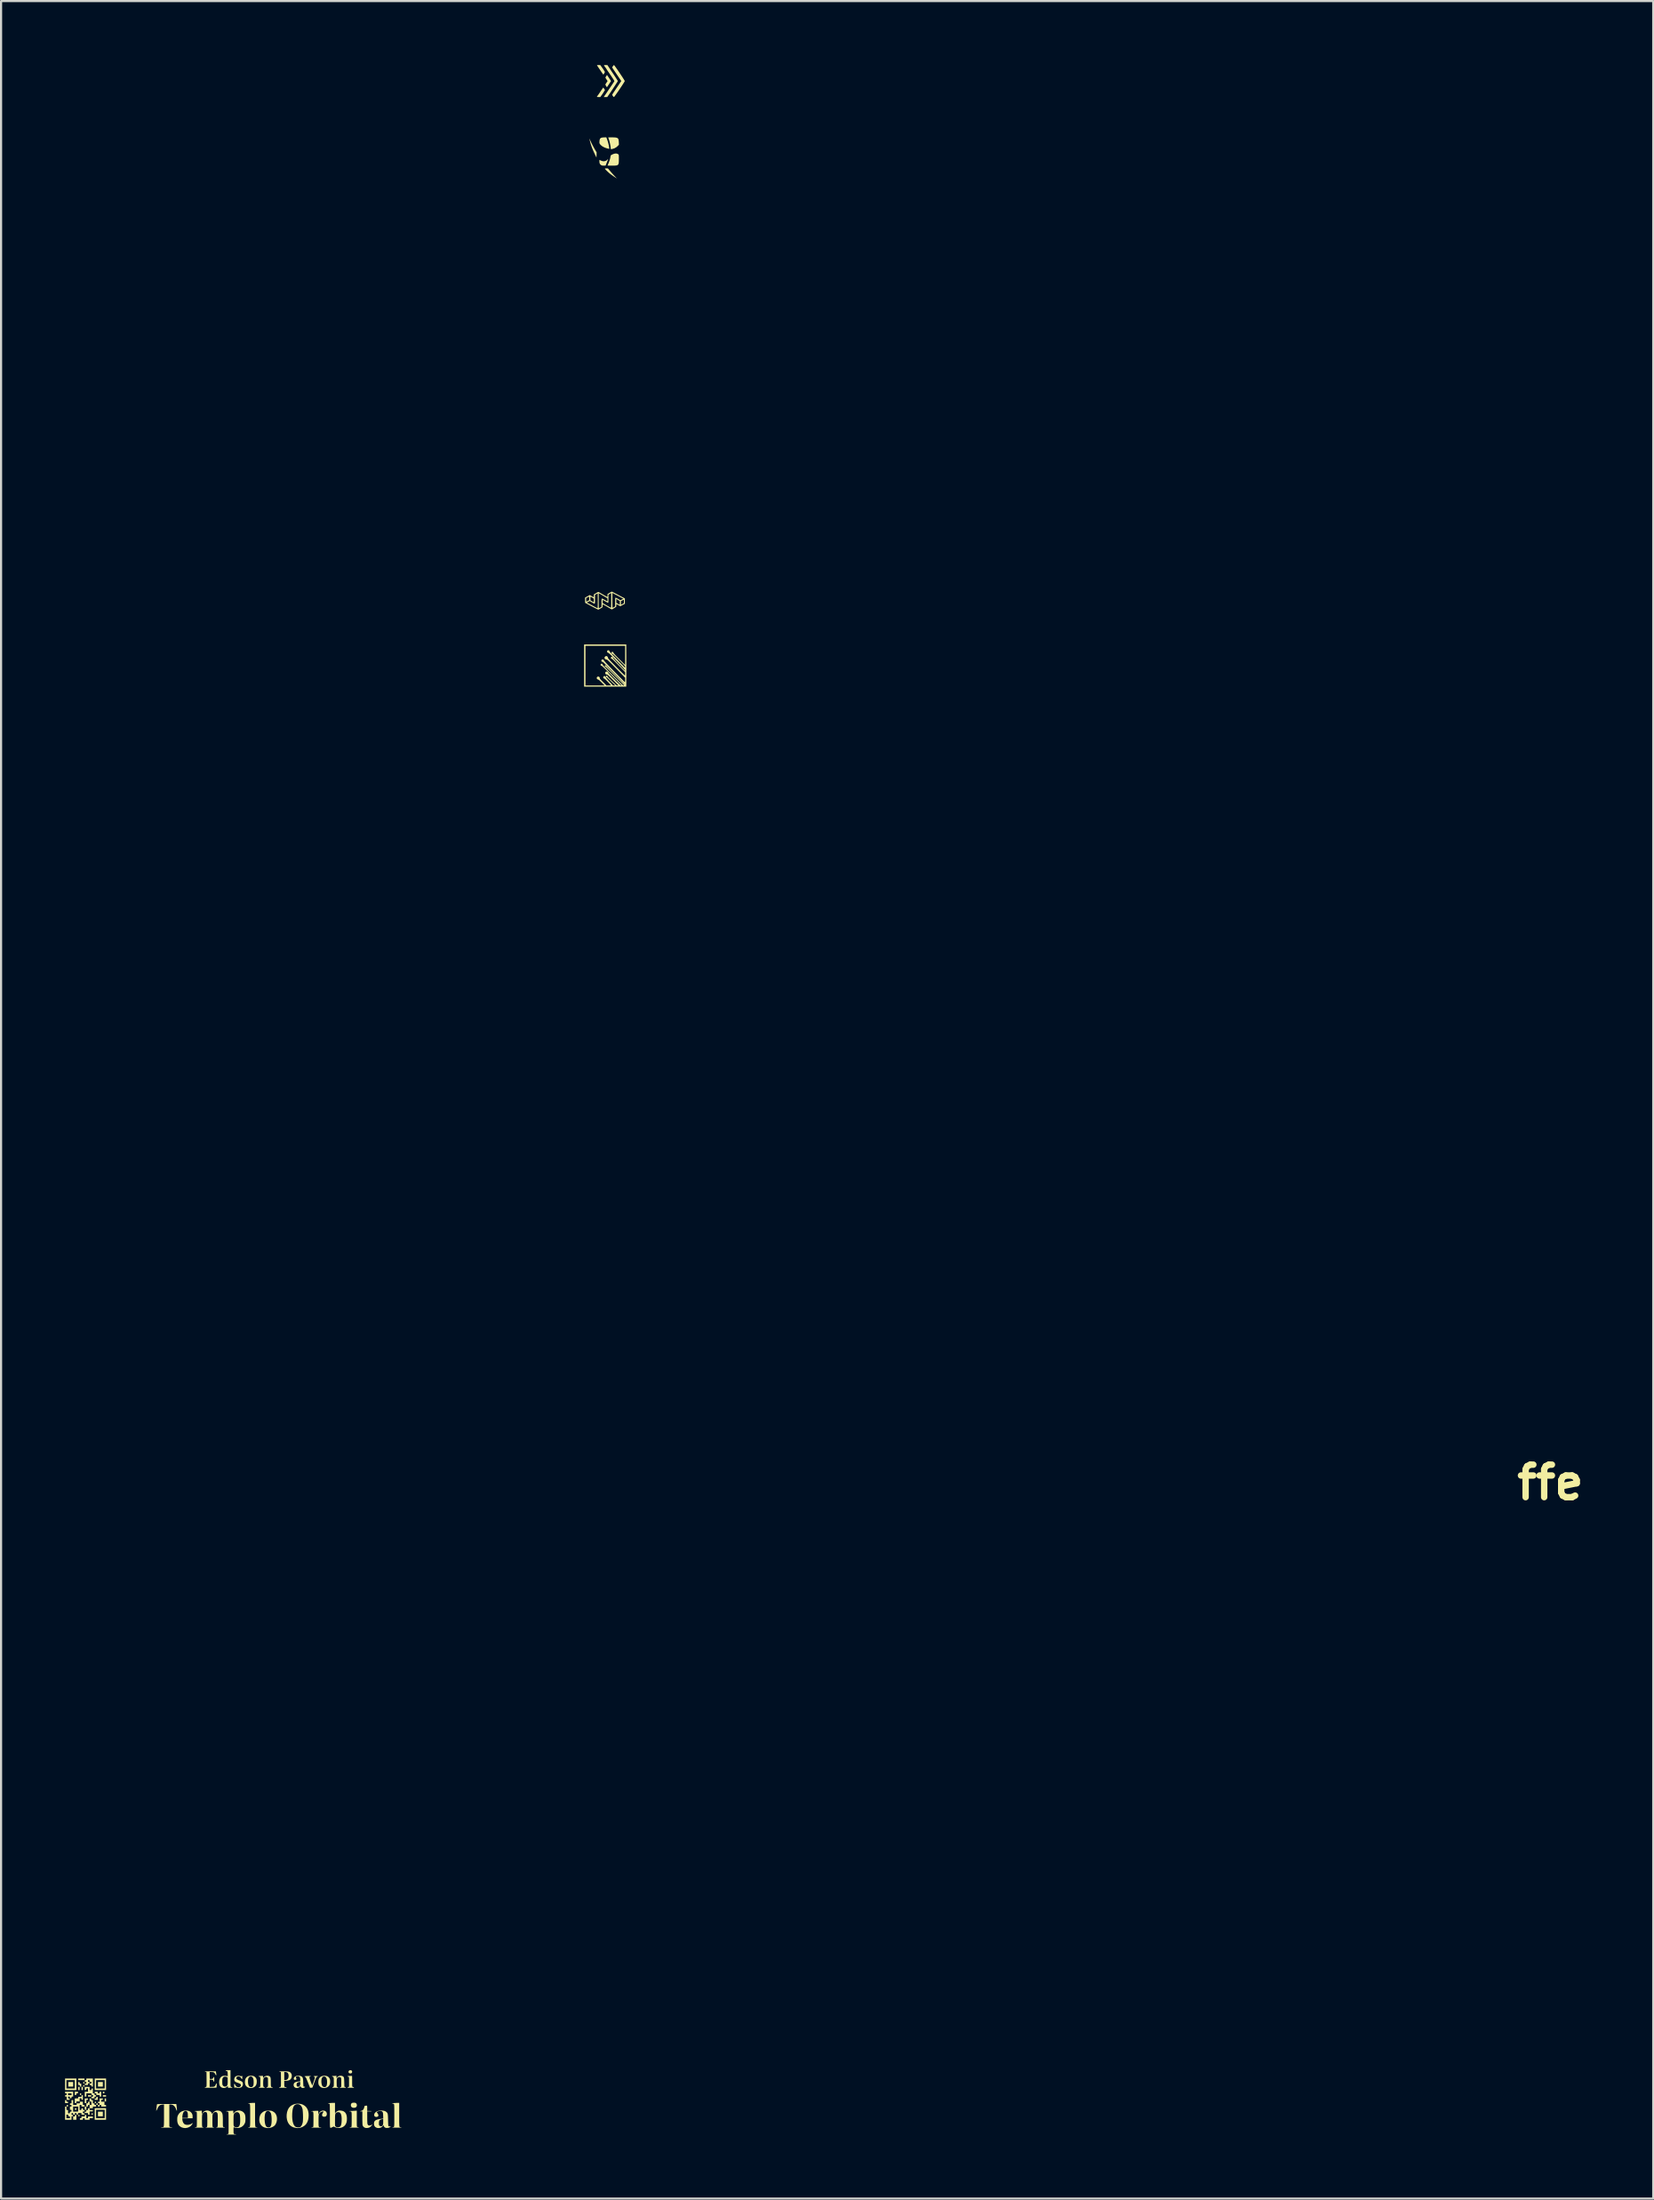
<source format=kicad_pcb>
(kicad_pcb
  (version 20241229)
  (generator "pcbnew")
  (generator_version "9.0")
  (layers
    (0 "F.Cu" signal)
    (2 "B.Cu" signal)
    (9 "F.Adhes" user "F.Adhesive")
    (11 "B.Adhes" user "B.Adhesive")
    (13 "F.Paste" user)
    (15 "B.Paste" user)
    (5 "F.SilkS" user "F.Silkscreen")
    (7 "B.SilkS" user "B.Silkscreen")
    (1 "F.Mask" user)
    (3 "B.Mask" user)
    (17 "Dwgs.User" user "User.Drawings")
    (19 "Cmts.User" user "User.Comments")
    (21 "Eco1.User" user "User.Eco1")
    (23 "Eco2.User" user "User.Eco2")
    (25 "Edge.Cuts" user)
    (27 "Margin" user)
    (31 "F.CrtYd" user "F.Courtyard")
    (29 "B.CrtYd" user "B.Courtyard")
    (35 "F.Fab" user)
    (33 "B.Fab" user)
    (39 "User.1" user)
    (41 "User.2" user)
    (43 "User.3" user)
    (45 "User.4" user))
  (footprint "ffe"
    (layer "F.Cu")
    (at 69.638 66.444)
    (property "Reference" "ffe" (at 0 0 0) (layer "F.SilkS") (effects (font (size 1.524 1.524) (thickness 0.3))))
    (attr board_only exclude_from_pos_files exclude_from_bom)
    (fp_poly (pts (xy -69.258 28.322) (xy -69.486 28.322) (xy -69.486 28.105) (xy -69.258 28.105)) (stroke (width 0) (type solid)) (fill yes) (layer "F.SilkS"))
    (fp_poly (pts (xy -68.954 28.485) (xy -69.019 28.485) (xy -69.019 28.333) (xy -68.954 28.333)) (stroke (width 0) (type solid)) (fill yes) (layer "F.SilkS"))
    (fp_poly (pts (xy -68.802 28.485) (xy -68.867 28.485) (xy -68.867 28.333) (xy -68.802 28.333)) (stroke (width 0) (type solid)) (fill yes) (layer "F.SilkS"))
    (fp_poly (pts (xy -68.726 28.018) (xy -69.019 28.018) (xy -69.019 27.942) (xy -68.726 27.942)) (stroke (width 0) (type solid)) (fill yes) (layer "F.SilkS"))
    (fp_poly (pts (xy -68.639 29.409) (xy -68.715 29.409) (xy -68.715 29.257) (xy -68.639 29.257)) (stroke (width 0) (type solid)) (fill yes) (layer "F.SilkS"))
    (fp_poly (pts (xy -68.411 28.79) (xy -68.563 28.79) (xy -68.563 28.724) (xy -68.411 28.724)) (stroke (width 0) (type solid)) (fill yes) (layer "F.SilkS"))
    (fp_poly (pts (xy -67.867 28.322) (xy -68.095 28.322) (xy -68.095 28.105) (xy -67.867 28.105)) (stroke (width 0) (type solid)) (fill yes) (layer "F.SilkS"))
    (fp_poly (pts (xy -67.867 29.713) (xy -68.095 29.713) (xy -68.095 29.496) (xy -67.867 29.496)) (stroke (width 0) (type solid)) (fill yes) (layer "F.SilkS"))
    (fp_poly (pts (xy -67.715 28.79) (xy -67.867 28.79) (xy -67.867 28.724) (xy -67.715 28.724)) (stroke (width 0) (type solid)) (fill yes) (layer "F.SilkS"))
    (fp_poly (pts (xy -67.715 29.018) (xy -67.78 29.018) (xy -67.78 28.876) (xy -67.715 28.876)) (stroke (width 0) (type solid)) (fill yes) (layer "F.SilkS"))
    (fp_poly (pts (xy -43.749 -61.126) (xy -43.755 -61.121) (xy -43.76 -61.126) (xy -43.755 -61.132)) (stroke (width 0) (type solid)) (fill yes) (layer "F.SilkS"))
    (fp_poly (pts (xy -68.563 28.909) (xy -68.565 28.931) (xy -68.575 28.94) (xy -68.601 28.942) (xy -68.639 28.942) (xy -68.639 29.094) (xy -68.715 29.094) (xy -68.715 28.876) (xy -68.563 28.876)) (stroke (width 0) (type solid)) (fill yes) (layer "F.SilkS"))
    (fp_poly (pts (xy -69.106 28.485) (xy -69.638 28.485) (xy -69.638 28.409) (xy -69.573 28.409) (xy -69.182 28.409) (xy -69.182 28.018) (xy -69.573 28.018) (xy -69.573 28.409) (xy -69.638 28.409) (xy -69.638 27.942) (xy -69.106 27.942)) (stroke (width 0) (type solid)) (fill yes) (layer "F.SilkS"))
    (fp_poly (pts (xy -67.715 28.485) (xy -68.248 28.485) (xy -68.248 28.409) (xy -68.182 28.409) (xy -67.78 28.409) (xy -67.78 28.018) (xy -68.182 28.018) (xy -68.182 28.409) (xy -68.248 28.409) (xy -68.248 27.942) (xy -67.715 27.942)) (stroke (width 0) (type solid)) (fill yes) (layer "F.SilkS"))
    (fp_poly (pts (xy -67.715 29.876) (xy -68.248 29.876) (xy -68.248 29.8) (xy -68.182 29.8) (xy -67.78 29.8) (xy -67.78 29.409) (xy -68.182 29.409) (xy -68.182 29.8) (xy -68.248 29.8) (xy -68.248 29.333) (xy -67.715 29.333)) (stroke (width 0) (type solid)) (fill yes) (layer "F.SilkS"))
    (fp_poly (pts (xy -69.508 29.183) (xy -69.499 29.194) (xy -69.497 29.219) (xy -69.499 29.244) (xy -69.508 29.255) (xy -69.53 29.257) (xy -69.551 29.255) (xy -69.56 29.244) (xy -69.562 29.219) (xy -69.56 29.193) (xy -69.551 29.183) (xy -69.53 29.181)) (stroke (width 0) (type solid)) (fill yes) (layer "F.SilkS"))
    (fp_poly (pts (xy -68.963 29.651) (xy -68.955 29.663) (xy -68.954 29.68) (xy -68.956 29.703) (xy -68.969 29.712) (xy -68.986 29.713) (xy -69.009 29.71) (xy -69.018 29.698) (xy -69.019 29.68) (xy -69.016 29.657) (xy -69.004 29.649) (xy -68.986 29.648)) (stroke (width 0) (type solid)) (fill yes) (layer "F.SilkS"))
    (fp_poly (pts (xy -68.888 28.64) (xy -68.879 28.65) (xy -68.878 28.675) (xy -68.879 28.701) (xy -68.889 28.712) (xy -68.91 28.714) (xy -68.932 28.711) (xy -68.941 28.701) (xy -68.943 28.675) (xy -68.941 28.65) (xy -68.932 28.639) (xy -68.91 28.637)) (stroke (width 0) (type solid)) (fill yes) (layer "F.SilkS"))
    (fp_poly (pts (xy -68.735 28.108) (xy -68.727 28.121) (xy -68.726 28.138) (xy -68.728 28.161) (xy -68.741 28.169) (xy -68.758 28.17) (xy -68.781 28.168) (xy -68.79 28.155) (xy -68.791 28.138) (xy -68.788 28.115) (xy -68.775 28.106) (xy -68.758 28.105)) (stroke (width 0) (type solid)) (fill yes) (layer "F.SilkS"))
    (fp_poly (pts (xy -68.735 28.26) (xy -68.727 28.273) (xy -68.726 28.29) (xy -68.728 28.313) (xy -68.741 28.321) (xy -68.758 28.322) (xy -68.781 28.32) (xy -68.79 28.307) (xy -68.791 28.29) (xy -68.788 28.267) (xy -68.775 28.258) (xy -68.758 28.257)) (stroke (width 0) (type solid)) (fill yes) (layer "F.SilkS"))
    (fp_poly (pts (xy -68.344 29.574) (xy -68.335 29.587) (xy -68.334 29.604) (xy -68.337 29.627) (xy -68.35 29.636) (xy -68.367 29.637) (xy -68.39 29.634) (xy -68.399 29.622) (xy -68.4 29.604) (xy -68.397 29.581) (xy -68.384 29.573) (xy -68.367 29.572)) (stroke (width 0) (type solid)) (fill yes) (layer "F.SilkS"))
    (fp_poly (pts (xy -68.192 29.031) (xy -68.183 29.044) (xy -68.182 29.061) (xy -68.185 29.084) (xy -68.198 29.093) (xy -68.215 29.094) (xy -68.238 29.091) (xy -68.247 29.078) (xy -68.248 29.061) (xy -68.245 29.038) (xy -68.232 29.03) (xy -68.215 29.029)) (stroke (width 0) (type solid)) (fill yes) (layer "F.SilkS"))
    (fp_poly (pts (xy -68.117 29.107) (xy -68.108 29.117) (xy -68.106 29.143) (xy -68.108 29.168) (xy -68.117 29.179) (xy -68.139 29.181) (xy -68.161 29.179) (xy -68.17 29.168) (xy -68.172 29.143) (xy -68.17 29.117) (xy -68.16 29.107) (xy -68.139 29.105)) (stroke (width 0) (type solid)) (fill yes) (layer "F.SilkS"))
    (fp_poly (pts (xy -69.106 29.876) (xy -69.258 29.876) (xy -69.258 29.724) (xy -69.22 29.724) (xy -69.194 29.722) (xy -69.184 29.713) (xy -69.182 29.689) (xy -69.182 29.686) (xy -69.18 29.66) (xy -69.171 29.65) (xy -69.147 29.648) (xy -69.144 29.648) (xy -69.106 29.648)) (stroke (width 0) (type solid)) (fill yes) (layer "F.SilkS"))
    (fp_poly (pts (xy -69.584 28.955) (xy -69.575 28.965) (xy -69.573 28.991) (xy -69.571 29.016) (xy -69.562 29.026) (xy -69.538 29.029) (xy -69.535 29.029) (xy -69.509 29.03) (xy -69.499 29.04) (xy -69.497 29.061) (xy -69.497 29.094) (xy -69.638 29.094) (xy -69.638 28.953) (xy -69.606 28.953)) (stroke (width 0) (type solid)) (fill yes) (layer "F.SilkS"))
    (fp_poly (pts (xy -68.106 28.942) (xy -68.248 28.942) (xy -68.248 28.909) (xy -68.245 28.887) (xy -68.235 28.878) (xy -68.21 28.876) (xy -68.184 28.875) (xy -68.174 28.865) (xy -68.172 28.841) (xy -68.172 28.838) (xy -68.17 28.813) (xy -68.16 28.802) (xy -68.139 28.8) (xy -68.106 28.8)) (stroke (width 0) (type solid)) (fill yes) (layer "F.SilkS"))
    (fp_poly (pts (xy -69.108 29.342) (xy -69.106 29.365) (xy -69.106 29.37) (xy -69.107 29.396) (xy -69.117 29.407) (xy -69.14 29.409) (xy -69.145 29.409) (xy -69.17 29.407) (xy -69.18 29.399) (xy -69.18 29.378) (xy -69.18 29.374) (xy -69.175 29.349) (xy -69.16 29.338) (xy -69.141 29.335) (xy -69.118 29.334)) (stroke (width 0) (type solid)) (fill yes) (layer "F.SilkS"))
    (fp_poly (pts (xy -69.03 28.599) (xy -69.031 28.625) (xy -69.041 28.635) (xy -69.065 28.637) (xy -69.068 28.637) (xy -69.093 28.639) (xy -69.104 28.649) (xy -69.106 28.673) (xy -69.106 28.675) (xy -69.107 28.701) (xy -69.117 28.711) (xy -69.141 28.714) (xy -69.144 28.714) (xy -69.182 28.714) (xy -69.182 28.561) (xy -69.03 28.561)) (stroke (width 0) (type solid)) (fill yes) (layer "F.SilkS"))
    (fp_poly (pts (xy -67.804 28.563) (xy -67.793 28.573) (xy -67.791 28.597) (xy -67.791 28.599) (xy -67.793 28.625) (xy -67.802 28.635) (xy -67.826 28.637) (xy -67.829 28.637) (xy -67.855 28.636) (xy -67.865 28.626) (xy -67.867 28.602) (xy -67.867 28.599) (xy -67.866 28.574) (xy -67.856 28.564) (xy -67.832 28.561) (xy -67.829 28.561)) (stroke (width 0) (type solid)) (fill yes) (layer "F.SilkS"))
    (fp_poly (pts (xy -56.22 27.558) (xy -56.191 27.579) (xy -56.178 27.614) (xy -56.178 27.626) (xy -56.185 27.666) (xy -56.207 27.691) (xy -56.245 27.702) (xy -56.263 27.703) (xy -56.306 27.697) (xy -56.33 27.681) (xy -56.348 27.65) (xy -56.349 27.616) (xy -56.335 27.585) (xy -56.308 27.562) (xy -56.271 27.551) (xy -56.266 27.551)) (stroke (width 0) (type solid)) (fill yes) (layer "F.SilkS"))
    (fp_poly (pts (xy -68.964 28.107) (xy -68.955 28.118) (xy -68.954 28.143) (xy -68.952 28.169) (xy -68.943 28.179) (xy -68.919 28.181) (xy -68.916 28.181) (xy -68.878 28.181) (xy -68.878 28.322) (xy -68.91 28.322) (xy -68.932 28.32) (xy -68.941 28.31) (xy -68.943 28.284) (xy -68.945 28.259) (xy -68.954 28.248) (xy -68.978 28.246) (xy -68.981 28.246) (xy -69.019 28.246) (xy -69.019 28.105) (xy -68.986 28.105)) (stroke (width 0) (type solid)) (fill yes) (layer "F.SilkS"))
    (fp_poly (pts (xy -44.039 -65.695) (xy -44.136 -65.549) (xy -44.233 -65.403) (xy -44.271 -65.462) (xy -44.29 -65.494) (xy -44.303 -65.52) (xy -44.306 -65.532) (xy -44.299 -65.546) (xy -44.283 -65.572) (xy -44.261 -65.607) (xy -44.253 -65.619) (xy -44.202 -65.695) (xy -44.253 -65.77) (xy -44.276 -65.807) (xy -44.294 -65.836) (xy -44.303 -65.855) (xy -44.303 -65.858) (xy -44.298 -65.872) (xy -44.283 -65.898) (xy -44.266 -65.924) (xy -44.229 -65.98)) (stroke (width 0) (type solid)) (fill yes) (layer "F.SilkS"))
    (fp_poly (pts (xy -68.487 29.181) (xy -68.525 29.181) (xy -68.55 29.182) (xy -68.561 29.192) (xy -68.563 29.216) (xy -68.563 29.219) (xy -68.564 29.244) (xy -68.574 29.255) (xy -68.598 29.257) (xy -68.601 29.257) (xy -68.639 29.257) (xy -68.639 29.105) (xy -68.601 29.105) (xy -68.575 29.103) (xy -68.565 29.093) (xy -68.563 29.069) (xy -68.563 29.067) (xy -68.561 29.041) (xy -68.551 29.031) (xy -68.527 29.029) (xy -68.525 29.029) (xy -68.487 29.029)) (stroke (width 0) (type solid)) (fill yes) (layer "F.SilkS"))
    (fp_poly (pts (xy -45.049 -62.992) (xy -45.039 -62.971) (xy -45.024 -62.937) (xy -45.017 -62.919) (xy -44.986 -62.849) (xy -44.946 -62.767) (xy -44.901 -62.677) (xy -44.853 -62.586) (xy -44.805 -62.5) (xy -44.781 -62.46) (xy -44.715 -62.348) (xy -44.719 -62.228) (xy -44.722 -62.108) (xy -44.79 -62.244) (xy -44.868 -62.412) (xy -44.935 -62.575) (xy -44.989 -62.731) (xy -45.028 -62.875) (xy -45.036 -62.911) (xy -45.044 -62.951) (xy -45.05 -62.981) (xy -45.053 -62.997) (xy -45.053 -62.998)) (stroke (width 0) (type solid)) (fill yes) (layer "F.SilkS"))
    (fp_poly (pts (xy -56.055 29.076) (xy -56.015 29.087) (xy -55.986 29.109) (xy -55.968 29.137) (xy -55.955 29.184) (xy -55.959 29.23) (xy -55.98 29.271) (xy -56.015 29.3) (xy -56.051 29.311) (xy -56.096 29.315) (xy -56.14 29.312) (xy -56.144 29.311) (xy -56.177 29.297) (xy -56.208 29.275) (xy -56.209 29.274) (xy -56.227 29.25) (xy -56.236 29.223) (xy -56.237 29.192) (xy -56.235 29.154) (xy -56.225 29.128) (xy -56.208 29.108) (xy -56.187 29.091) (xy -56.163 29.081) (xy -56.127 29.076) (xy -56.11 29.075)) (stroke (width 0) (type solid)) (fill yes) (layer "F.SilkS"))
    (fp_poly (pts (xy -68.802 28.942) (xy -68.834 28.942) (xy -68.856 28.94) (xy -68.865 28.929) (xy -68.867 28.904) (xy -68.868 28.879) (xy -68.876 28.868) (xy -68.897 28.866) (xy -68.91 28.866) (xy -68.954 28.866) (xy -68.954 29.018) (xy -69.106 29.018) (xy -69.106 29.056) (xy -69.107 29.081) (xy -69.117 29.092) (xy -69.141 29.094) (xy -69.144 29.094) (xy -69.182 29.094) (xy -69.182 28.877) (xy -69.103 28.874) (xy -69.024 28.871) (xy -69.021 28.836) (xy -69.018 28.8) (xy -68.867 28.8) (xy -68.867 28.762) (xy -68.865 28.737) (xy -68.856 28.726) (xy -68.834 28.724) (xy -68.802 28.724)) (stroke (width 0) (type solid)) (fill yes) (layer "F.SilkS"))
    (fp_poly (pts (xy -44.175 -62.033) (xy -44.181 -62.018) (xy -44.194 -61.986) (xy -44.211 -61.943) (xy -44.232 -61.891) (xy -44.239 -61.873) (xy -44.296 -61.729) (xy -44.379 -61.729) (xy -44.429 -61.731) (xy -44.465 -61.737) (xy -44.496 -61.749) (xy -44.504 -61.754) (xy -44.544 -61.785) (xy -44.57 -61.826) (xy -44.583 -61.881) (xy -44.586 -61.927) (xy -44.585 -61.964) (xy -44.584 -61.99) (xy -44.583 -62.001) (xy -44.583 -62.001) (xy -44.573 -61.996) (xy -44.548 -61.984) (xy -44.516 -61.968) (xy -44.442 -61.941) (xy -44.37 -61.934) (xy -44.301 -61.949) (xy -44.238 -61.984) (xy -44.207 -62.011) (xy -44.187 -62.029) (xy -44.176 -62.036)) (stroke (width 0) (type solid)) (fill yes) (layer "F.SilkS"))
    (fp_poly (pts (xy -44.074 -61.466) (xy -44.025 -61.409) (xy -43.972 -61.349) (xy -43.919 -61.291) (xy -43.873 -61.241) (xy -43.865 -61.232) (xy -43.829 -61.195) (xy -43.8 -61.164) (xy -43.78 -61.142) (xy -43.772 -61.132) (xy -43.772 -61.132) (xy -43.782 -61.138) (xy -43.807 -61.153) (xy -43.843 -61.177) (xy -43.887 -61.206) (xy -43.904 -61.217) (xy -43.975 -61.266) (xy -44.033 -61.307) (xy -44.083 -61.345) (xy -44.13 -61.384) (xy -44.179 -61.429) (xy -44.226 -61.473) (xy -44.273 -61.519) (xy -44.305 -61.552) (xy -44.323 -61.575) (xy -44.326 -61.588) (xy -44.317 -61.596) (xy -44.295 -61.598) (xy -44.261 -61.599) (xy -44.186 -61.599)) (stroke (width 0) (type solid)) (fill yes) (layer "F.SilkS"))
    (fp_poly (pts (xy -44.491 -66.371) (xy -44.463 -66.331) (xy -44.431 -66.286) (xy -44.399 -66.238) (xy -44.371 -66.194) (xy -44.347 -66.156) (xy -44.332 -66.13) (xy -44.329 -66.123) (xy -44.332 -66.109) (xy -44.343 -66.084) (xy -44.36 -66.054) (xy -44.378 -66.026) (xy -44.393 -66.005) (xy -44.401 -65.999) (xy -44.41 -66.007) (xy -44.426 -66.028) (xy -44.439 -66.047) (xy -44.458 -66.075) (xy -44.485 -66.114) (xy -44.517 -66.162) (xy -44.552 -66.213) (xy -44.588 -66.266) (xy -44.622 -66.317) (xy -44.653 -66.362) (xy -44.677 -66.399) (xy -44.694 -66.424) (xy -44.699 -66.433) (xy -44.694 -66.439) (xy -44.668 -66.443) (xy -44.626 -66.444) (xy -44.545 -66.444)) (stroke (width 0) (type solid)) (fill yes) (layer "F.SilkS"))
    (fp_poly (pts (xy -44.398 -65.382) (xy -44.382 -65.36) (xy -44.362 -65.331) (xy -44.323 -65.272) (xy -44.344 -65.242) (xy -44.363 -65.213) (xy -44.385 -65.177) (xy -44.392 -65.165) (xy -44.41 -65.136) (xy -44.436 -65.096) (xy -44.467 -65.052) (xy -44.481 -65.032) (xy -44.544 -64.945) (xy -44.625 -64.945) (xy -44.664 -64.946) (xy -44.692 -64.949) (xy -44.705 -64.952) (xy -44.705 -64.953) (xy -44.699 -64.965) (xy -44.683 -64.989) (xy -44.664 -65.016) (xy -44.644 -65.043) (xy -44.616 -65.084) (xy -44.581 -65.135) (xy -44.543 -65.191) (xy -44.517 -65.23) (xy -44.482 -65.282) (xy -44.451 -65.326) (xy -44.427 -65.361) (xy -44.411 -65.384) (xy -44.405 -65.39)) (stroke (width 0) (type solid)) (fill yes) (layer "F.SilkS"))
    (fp_poly (pts (xy -44.227 -62.966) (xy -44.193 -62.867) (xy -44.163 -62.759) (xy -44.14 -62.653) (xy -44.131 -62.598) (xy -44.126 -62.559) (xy -44.123 -62.53) (xy -44.122 -62.516) (xy -44.122 -62.516) (xy -44.133 -62.517) (xy -44.159 -62.523) (xy -44.197 -62.531) (xy -44.206 -62.534) (xy -44.304 -62.563) (xy -44.393 -62.603) (xy -44.469 -62.649) (xy -44.53 -62.702) (xy -44.56 -62.74) (xy -44.575 -62.764) (xy -44.583 -62.785) (xy -44.585 -62.81) (xy -44.584 -62.847) (xy -44.583 -62.87) (xy -44.575 -62.934) (xy -44.561 -62.981) (xy -44.537 -63.013) (xy -44.501 -63.035) (xy -44.449 -63.047) (xy -44.378 -63.053) (xy -44.373 -63.053) (xy -44.262 -63.057)) (stroke (width 0) (type solid)) (fill yes) (layer "F.SilkS"))
    (fp_poly (pts (xy -43.901 -63.053) (xy -43.83 -63.048) (xy -43.776 -63.038) (xy -43.737 -63.021) (xy -43.709 -62.996) (xy -43.692 -62.96) (xy -43.682 -62.912) (xy -43.676 -62.85) (xy -43.675 -62.825) (xy -43.671 -62.71) (xy -43.712 -62.664) (xy -43.786 -62.597) (xy -43.871 -62.546) (xy -43.963 -62.514) (xy -44 -62.507) (xy -44.05 -62.5) (xy -44.058 -62.578) (xy -44.068 -62.662) (xy -44.086 -62.754) (xy -44.107 -62.846) (xy -44.131 -62.93) (xy -44.142 -62.962) (xy -44.156 -63.001) (xy -44.167 -63.032) (xy -44.172 -63.049) (xy -44.173 -63.051) (xy -44.163 -63.052) (xy -44.134 -63.053) (xy -44.091 -63.054) (xy -44.037 -63.054) (xy -43.991 -63.054)) (stroke (width 0) (type solid)) (fill yes) (layer "F.SilkS"))
    (fp_poly (pts (xy -68.487 29.42) (xy -68.334 29.42) (xy -68.334 29.485) (xy -68.487 29.485) (xy -68.487 29.637) (xy -68.525 29.637) (xy -68.55 29.635) (xy -68.561 29.626) (xy -68.563 29.602) (xy -68.563 29.599) (xy -68.563 29.561) (xy -68.715 29.561) (xy -68.715 29.528) (xy -68.713 29.506) (xy -68.702 29.497) (xy -68.677 29.496) (xy -68.651 29.494) (xy -68.641 29.485) (xy -68.639 29.461) (xy -68.639 29.458) (xy -68.637 29.432) (xy -68.627 29.422) (xy -68.604 29.42) (xy -68.601 29.42) (xy -68.576 29.418) (xy -68.565 29.41) (xy -68.563 29.389) (xy -68.563 29.376) (xy -68.561 29.348) (xy -68.554 29.336) (xy -68.536 29.333) (xy -68.525 29.333) (xy -68.487 29.333)) (stroke (width 0) (type solid)) (fill yes) (layer "F.SilkS"))
    (fp_poly (pts (xy -68.106 28.599) (xy -68.105 28.624) (xy -68.097 28.635) (xy -68.076 28.637) (xy -68.063 28.637) (xy -68.035 28.636) (xy -68.023 28.629) (xy -68.02 28.611) (xy -68.019 28.599) (xy -68.018 28.574) (xy -68.008 28.564) (xy -67.984 28.561) (xy -67.981 28.561) (xy -67.943 28.561) (xy -67.943 28.79) (xy -67.981 28.79) (xy -68.007 28.788) (xy -68.017 28.778) (xy -68.019 28.754) (xy -68.019 28.752) (xy -68.019 28.714) (xy -68.172 28.714) (xy -68.172 28.675) (xy -68.173 28.65) (xy -68.183 28.64) (xy -68.207 28.637) (xy -68.21 28.637) (xy -68.235 28.636) (xy -68.245 28.626) (xy -68.248 28.602) (xy -68.248 28.599) (xy -68.248 28.561) (xy -68.106 28.561)) (stroke (width 0) (type solid)) (fill yes) (layer "F.SilkS"))
    (fp_poly (pts (xy -68.423 28.878) (xy -68.413 28.888) (xy -68.411 28.912) (xy -68.411 28.915) (xy -68.409 28.94) (xy -68.399 28.95) (xy -68.375 28.953) (xy -68.372 28.953) (xy -68.334 28.953) (xy -68.334 29.105) (xy -68.296 29.105) (xy -68.271 29.106) (xy -68.261 29.116) (xy -68.258 29.14) (xy -68.258 29.143) (xy -68.257 29.168) (xy -68.247 29.179) (xy -68.223 29.181) (xy -68.22 29.181) (xy -68.195 29.182) (xy -68.184 29.192) (xy -68.182 29.216) (xy -68.182 29.219) (xy -68.182 29.257) (xy -68.334 29.257) (xy -68.334 29.333) (xy -68.487 29.333) (xy -68.487 29.181) (xy -68.399 29.181) (xy -68.402 29.102) (xy -68.405 29.023) (xy -68.487 29.016) (xy -68.487 28.876) (xy -68.449 28.876)) (stroke (width 0) (type solid)) (fill yes) (layer "F.SilkS"))
    (fp_poly (pts (xy -68.639 29.8) (xy -68.601 29.8) (xy -68.575 29.798) (xy -68.565 29.789) (xy -68.563 29.765) (xy -68.563 29.762) (xy -68.563 29.724) (xy -68.334 29.724) (xy -68.334 29.8) (xy -68.487 29.8) (xy -68.487 29.876) (xy -68.715 29.876) (xy -68.715 29.838) (xy -68.716 29.814) (xy -68.724 29.803) (xy -68.745 29.8) (xy -68.758 29.8) (xy -68.786 29.801) (xy -68.798 29.808) (xy -68.802 29.827) (xy -68.802 29.838) (xy -68.802 29.876) (xy -68.943 29.876) (xy -68.943 29.838) (xy -68.941 29.812) (xy -68.932 29.802) (xy -68.908 29.8) (xy -68.905 29.8) (xy -68.879 29.798) (xy -68.869 29.789) (xy -68.867 29.765) (xy -68.867 29.762) (xy -68.867 29.724) (xy -68.715 29.724) (xy -68.715 29.686) (xy -68.713 29.66) (xy -68.704 29.65) (xy -68.68 29.648) (xy -68.677 29.648) (xy -68.639 29.648)) (stroke (width 0) (type solid)) (fill yes) (layer "F.SilkS"))
    (fp_poly (pts (xy -43.769 -62.294) (xy -43.733 -62.281) (xy -43.703 -62.263) (xy -43.698 -62.259) (xy -43.689 -62.25) (xy -43.683 -62.239) (xy -43.678 -62.224) (xy -43.676 -62.2) (xy -43.674 -62.165) (xy -43.673 -62.115) (xy -43.673 -62.047) (xy -43.673 -62.04) (xy -43.674 -61.951) (xy -43.677 -61.881) (xy -43.685 -61.828) (xy -43.7 -61.789) (xy -43.724 -61.762) (xy -43.76 -61.744) (xy -43.81 -61.735) (xy -43.877 -61.73) (xy -43.962 -61.729) (xy -43.996 -61.729) (xy -44.061 -61.729) (xy -44.118 -61.73) (xy -44.163 -61.731) (xy -44.193 -61.732) (xy -44.205 -61.733) (xy -44.206 -61.733) (xy -44.201 -61.744) (xy -44.19 -61.77) (xy -44.174 -61.805) (xy -44.169 -61.817) (xy -44.138 -61.892) (xy -44.109 -61.972) (xy -44.086 -62.05) (xy -44.071 -62.121) (xy -44.067 -62.146) (xy -44.061 -62.182) (xy -44.053 -62.205) (xy -44.038 -62.221) (xy -44.009 -62.238) (xy -44.005 -62.241) (xy -43.938 -62.272) (xy -43.871 -62.292) (xy -43.811 -62.299)) (stroke (width 0) (type solid)) (fill yes) (layer "F.SilkS"))
    (fp_poly (pts (xy -56.209 27.82) (xy -56.187 27.821) (xy -56.182 27.822) (xy -56.181 27.833) (xy -56.18 27.864) (xy -56.179 27.91) (xy -56.178 27.968) (xy -56.178 28.035) (xy -56.178 28.074) (xy -56.178 28.154) (xy -56.177 28.214) (xy -56.176 28.259) (xy -56.174 28.29) (xy -56.172 28.31) (xy -56.168 28.322) (xy -56.162 28.329) (xy -56.157 28.333) (xy -56.129 28.342) (xy -56.113 28.344) (xy -56.095 28.351) (xy -56.091 28.36) (xy -56.094 28.367) (xy -56.105 28.372) (xy -56.128 28.375) (xy -56.164 28.376) (xy -56.219 28.377) (xy -56.243 28.377) (xy -56.306 28.376) (xy -56.35 28.375) (xy -56.378 28.372) (xy -56.392 28.367) (xy -56.395 28.363) (xy -56.386 28.35) (xy -56.363 28.339) (xy -56.36 28.338) (xy -56.324 28.328) (xy -56.324 27.872) (xy -56.36 27.862) (xy -56.384 27.852) (xy -56.395 27.839) (xy -56.395 27.838) (xy -56.388 27.831) (xy -56.366 27.826) (xy -56.326 27.822) (xy -56.291 27.821) (xy -56.246 27.82)) (stroke (width 0) (type solid)) (fill yes) (layer "F.SilkS"))
    (fp_poly (pts (xy -43.892 -66.435) (xy -43.872 -66.41) (xy -43.844 -66.372) (xy -43.808 -66.322) (xy -43.767 -66.264) (xy -43.722 -66.199) (xy -43.675 -66.129) (xy -43.627 -66.058) (xy -43.579 -65.987) (xy -43.534 -65.919) (xy -43.492 -65.855) (xy -43.457 -65.799) (xy -43.428 -65.753) (xy -43.407 -65.718) (xy -43.397 -65.698) (xy -43.396 -65.695) (xy -43.402 -65.68) (xy -43.419 -65.651) (xy -43.445 -65.608) (xy -43.478 -65.556) (xy -43.518 -65.494) (xy -43.562 -65.428) (xy -43.609 -65.357) (xy -43.657 -65.286) (xy -43.705 -65.215) (xy -43.752 -65.148) (xy -43.795 -65.087) (xy -43.833 -65.034) (xy -43.864 -64.991) (xy -43.888 -64.961) (xy -43.901 -64.947) (xy -43.904 -64.945) (xy -43.92 -64.954) (xy -43.941 -64.975) (xy -43.956 -64.994) (xy -43.974 -65.025) (xy -43.984 -65.05) (xy -43.984 -65.06) (xy -43.976 -65.073) (xy -43.958 -65.101) (xy -43.931 -65.143) (xy -43.896 -65.197) (xy -43.854 -65.259) (xy -43.808 -65.329) (xy -43.769 -65.386) (xy -43.561 -65.696) (xy -43.776 -66.014) (xy -43.99 -66.333) (xy -43.954 -66.388) (xy -43.932 -66.418) (xy -43.913 -66.438) (xy -43.901 -66.444)) (stroke (width 0) (type solid)) (fill yes) (layer "F.SilkS"))
    (fp_poly (pts (xy -67.867 28.909) (xy -67.869 28.931) (xy -67.88 28.94) (xy -67.905 28.942) (xy -67.93 28.943) (xy -67.941 28.951) (xy -67.943 28.972) (xy -67.943 28.985) (xy -67.943 29.029) (xy -67.791 29.029) (xy -67.791 29.181) (xy -67.753 29.181) (xy -67.728 29.182) (xy -67.717 29.192) (xy -67.715 29.216) (xy -67.715 29.219) (xy -67.715 29.257) (xy -67.943 29.257) (xy -67.943 29.219) (xy -67.945 29.193) (xy -67.955 29.183) (xy -67.978 29.181) (xy -67.981 29.181) (xy -68.007 29.182) (xy -68.017 29.192) (xy -68.019 29.216) (xy -68.019 29.219) (xy -68.021 29.244) (xy -68.031 29.255) (xy -68.055 29.257) (xy -68.057 29.257) (xy -68.083 29.255) (xy -68.093 29.246) (xy -68.095 29.222) (xy -68.095 29.219) (xy -68.094 29.193) (xy -68.084 29.183) (xy -68.06 29.181) (xy -68.057 29.181) (xy -68.033 29.179) (xy -68.022 29.171) (xy -68.02 29.15) (xy -68.019 29.137) (xy -68.021 29.109) (xy -68.028 29.097) (xy -68.046 29.094) (xy -68.057 29.094) (xy -68.083 29.092) (xy -68.093 29.083) (xy -68.095 29.061) (xy -68.093 29.039) (xy -68.083 29.03) (xy -68.057 29.029) (xy -68.019 29.029) (xy -68.019 28.876) (xy -67.867 28.876)) (stroke (width 0) (type solid)) (fill yes) (layer "F.SilkS"))
    (fp_poly (pts (xy -57.394 27.819) (xy -57.33 27.841) (xy -57.279 27.878) (xy -57.239 27.932) (xy -57.225 27.962) (xy -57.213 28.007) (xy -57.208 28.065) (xy -57.209 28.126) (xy -57.218 28.185) (xy -57.225 28.211) (xy -57.257 28.274) (xy -57.304 28.324) (xy -57.364 28.361) (xy -57.433 28.382) (xy -57.509 28.387) (xy -57.588 28.375) (xy -57.6 28.371) (xy -57.651 28.346) (xy -57.698 28.305) (xy -57.735 28.256) (xy -57.749 28.228) (xy -57.76 28.181) (xy -57.764 28.121) (xy -57.763 28.102) (xy -57.621 28.102) (xy -57.614 28.171) (xy -57.601 28.234) (xy -57.581 28.284) (xy -57.575 28.292) (xy -57.543 28.325) (xy -57.502 28.343) (xy -57.458 28.345) (xy -57.419 28.332) (xy -57.392 28.309) (xy -57.374 28.271) (xy -57.361 28.219) (xy -57.354 28.156) (xy -57.353 28.089) (xy -57.358 28.023) (xy -57.369 27.964) (xy -57.381 27.929) (xy -57.41 27.884) (xy -57.447 27.856) (xy -57.489 27.845) (xy -57.53 27.852) (xy -57.567 27.877) (xy -57.596 27.917) (xy -57.612 27.968) (xy -57.62 28.032) (xy -57.621 28.102) (xy -57.763 28.102) (xy -57.76 28.057) (xy -57.751 27.997) (xy -57.735 27.95) (xy -57.733 27.946) (xy -57.692 27.888) (xy -57.636 27.847) (xy -57.566 27.821) (xy -57.481 27.812) (xy -57.474 27.812)) (stroke (width 0) (type solid)) (fill yes) (layer "F.SilkS"))
    (fp_poly (pts (xy -55.96 29.825) (xy -55.96 29.925) (xy -55.96 30.006) (xy -55.96 30.07) (xy -55.959 30.118) (xy -55.957 30.154) (xy -55.955 30.178) (xy -55.952 30.194) (xy -55.949 30.204) (xy -55.944 30.21) (xy -55.939 30.212) (xy -55.912 30.221) (xy -55.89 30.224) (xy -55.87 30.227) (xy -55.863 30.234) (xy -55.873 30.238) (xy -55.904 30.242) (xy -55.955 30.244) (xy -56.023 30.245) (xy -56.08 30.245) (xy -56.16 30.245) (xy -56.223 30.243) (xy -56.267 30.241) (xy -56.292 30.237) (xy -56.297 30.234) (xy -56.288 30.227) (xy -56.264 30.224) (xy -56.261 30.224) (xy -56.233 30.22) (xy -56.213 30.211) (xy -56.212 30.211) (xy -56.208 30.2) (xy -56.205 30.176) (xy -56.203 30.138) (xy -56.201 30.083) (xy -56.2 30.011) (xy -56.199 29.919) (xy -56.199 29.858) (xy -56.199 29.758) (xy -56.2 29.678) (xy -56.201 29.615) (xy -56.203 29.568) (xy -56.207 29.534) (xy -56.213 29.51) (xy -56.222 29.496) (xy -56.233 29.488) (xy -56.248 29.485) (xy -56.266 29.485) (xy -56.271 29.485) (xy -56.296 29.482) (xy -56.308 29.475) (xy -56.308 29.474) (xy -56.298 29.468) (xy -56.272 29.464) (xy -56.24 29.463) (xy -56.198 29.462) (xy -56.143 29.46) (xy -56.086 29.457) (xy -56.066 29.456) (xy -55.96 29.449)) (stroke (width 0) (type solid)) (fill yes) (layer "F.SilkS"))
    (fp_poly (pts (xy -60.817 27.822) (xy -60.773 27.841) (xy -60.734 27.869) (xy -60.693 27.911) (xy -60.667 27.958) (xy -60.653 28.014) (xy -60.649 28.083) (xy -60.656 28.171) (xy -60.679 28.244) (xy -60.718 28.302) (xy -60.773 28.346) (xy -60.827 28.371) (xy -60.884 28.384) (xy -60.949 28.386) (xy -61.011 28.379) (xy -61.039 28.371) (xy -61.105 28.338) (xy -61.155 28.29) (xy -61.188 28.229) (xy -61.204 28.154) (xy -61.204 28.083) (xy -61.06 28.083) (xy -61.056 28.163) (xy -61.045 28.225) (xy -61.026 28.276) (xy -61.01 28.303) (xy -60.978 28.331) (xy -60.937 28.345) (xy -60.894 28.344) (xy -60.854 28.328) (xy -60.836 28.311) (xy -60.82 28.285) (xy -60.807 28.251) (xy -60.806 28.248) (xy -60.799 28.206) (xy -60.796 28.15) (xy -60.796 28.089) (xy -60.799 28.028) (xy -60.806 27.977) (xy -60.811 27.956) (xy -60.835 27.904) (xy -60.867 27.867) (xy -60.906 27.848) (xy -60.948 27.846) (xy -60.99 27.864) (xy -61 27.872) (xy -61.027 27.901) (xy -61.045 27.939) (xy -61.056 27.989) (xy -61.06 28.055) (xy -61.06 28.083) (xy -61.204 28.083) (xy -61.205 28.077) (xy -61.196 28.009) (xy -61.179 27.956) (xy -61.152 27.912) (xy -61.132 27.89) (xy -61.093 27.856) (xy -61.052 27.833) (xy -61.004 27.82) (xy -60.941 27.814) (xy -60.94 27.814) (xy -60.871 27.814)) (stroke (width 0) (type solid)) (fill yes) (layer "F.SilkS"))
    (fp_poly (pts (xy -69.258 28.79) (xy -69.296 28.79) (xy -69.321 28.791) (xy -69.332 28.801) (xy -69.334 28.825) (xy -69.334 28.828) (xy -69.336 28.853) (xy -69.345 28.864) (xy -69.369 28.866) (xy -69.372 28.866) (xy -69.397 28.864) (xy -69.408 28.854) (xy -69.41 28.83) (xy -69.41 28.828) (xy -69.411 28.803) (xy -69.419 28.792) (xy -69.441 28.79) (xy -69.453 28.79) (xy -69.497 28.79) (xy -69.497 28.833) (xy -69.496 28.861) (xy -69.489 28.873) (xy -69.47 28.876) (xy -69.459 28.876) (xy -69.433 28.878) (xy -69.423 28.888) (xy -69.421 28.909) (xy -69.421 28.942) (xy -69.562 28.942) (xy -69.562 28.79) (xy -69.6 28.79) (xy -69.626 28.788) (xy -69.636 28.779) (xy -69.638 28.758) (xy -69.635 28.735) (xy -69.622 28.725) (xy -69.603 28.722) (xy -69.579 28.718) (xy -69.569 28.706) (xy -69.564 28.679) (xy -69.564 28.678) (xy -69.564 28.674) (xy -69.497 28.674) (xy -69.495 28.701) (xy -69.49 28.717) (xy -69.49 28.717) (xy -69.476 28.721) (xy -69.447 28.723) (xy -69.408 28.724) (xy -69.334 28.724) (xy -69.334 28.637) (xy -69.497 28.637) (xy -69.497 28.674) (xy -69.564 28.674) (xy -69.563 28.652) (xy -69.57 28.64) (xy -69.59 28.638) (xy -69.599 28.637) (xy -69.625 28.636) (xy -69.636 28.627) (xy -69.638 28.604) (xy -69.638 28.599) (xy -69.638 28.561) (xy -69.258 28.561)) (stroke (width 0) (type solid)) (fill yes) (layer "F.SilkS"))
    (fp_poly (pts (xy -53.972 29.636) (xy -53.972 29.764) (xy -53.972 29.872) (xy -53.972 29.962) (xy -53.971 30.034) (xy -53.969 30.093) (xy -53.967 30.137) (xy -53.963 30.171) (xy -53.958 30.194) (xy -53.952 30.209) (xy -53.943 30.218) (xy -53.933 30.223) (xy -53.921 30.224) (xy -53.906 30.224) (xy -53.901 30.224) (xy -53.876 30.226) (xy -53.864 30.233) (xy -53.864 30.234) (xy -53.874 30.238) (xy -53.905 30.242) (xy -53.956 30.244) (xy -54.024 30.245) (xy -54.081 30.245) (xy -54.161 30.245) (xy -54.224 30.243) (xy -54.268 30.241) (xy -54.293 30.237) (xy -54.298 30.234) (xy -54.289 30.227) (xy -54.266 30.224) (xy -54.251 30.224) (xy -54.239 30.223) (xy -54.229 30.218) (xy -54.22 30.21) (xy -54.214 30.194) (xy -54.209 30.171) (xy -54.206 30.138) (xy -54.203 30.092) (xy -54.202 30.033) (xy -54.201 29.959) (xy -54.201 29.868) (xy -54.201 29.758) (xy -54.201 29.682) (xy -54.201 29.556) (xy -54.201 29.45) (xy -54.202 29.362) (xy -54.203 29.292) (xy -54.205 29.237) (xy -54.207 29.196) (xy -54.21 29.169) (xy -54.213 29.152) (xy -54.214 29.148) (xy -54.236 29.125) (xy -54.269 29.115) (xy -54.296 29.109) (xy -54.313 29.104) (xy -54.315 29.103) (xy -54.307 29.1) (xy -54.281 29.097) (xy -54.243 29.094) (xy -54.196 29.091) (xy -54.145 29.088) (xy -54.094 29.085) (xy -54.048 29.083) (xy -54.014 29.083) (xy -53.972 29.083)) (stroke (width 0) (type solid)) (fill yes) (layer "F.SilkS"))
    (fp_poly (pts (xy -68.487 28.485) (xy -68.443 28.485) (xy -68.415 28.484) (xy -68.403 28.477) (xy -68.4 28.459) (xy -68.4 28.447) (xy -68.398 28.422) (xy -68.389 28.411) (xy -68.367 28.409) (xy -68.334 28.409) (xy -68.334 28.637) (xy -68.297 28.637) (xy -68.272 28.639) (xy -68.261 28.649) (xy -68.257 28.672) (xy -68.256 28.678) (xy -68.252 28.705) (xy -68.242 28.718) (xy -68.219 28.722) (xy -68.218 28.722) (xy -68.193 28.727) (xy -68.184 28.74) (xy -68.182 28.758) (xy -68.185 28.779) (xy -68.196 28.788) (xy -68.22 28.79) (xy -68.246 28.791) (xy -68.256 28.801) (xy -68.258 28.825) (xy -68.258 28.828) (xy -68.258 28.866) (xy -68.4 28.866) (xy -68.4 28.834) (xy -68.397 28.811) (xy -68.384 28.801) (xy -68.364 28.798) (xy -68.341 28.794) (xy -68.33 28.782) (xy -68.326 28.756) (xy -68.326 28.754) (xy -68.325 28.728) (xy -68.331 28.716) (xy -68.351 28.714) (xy -68.361 28.714) (xy -68.387 28.712) (xy -68.397 28.703) (xy -68.4 28.68) (xy -68.4 28.675) (xy -68.4 28.637) (xy -68.639 28.637) (xy -68.639 28.79) (xy -68.715 28.79) (xy -68.715 28.561) (xy -68.563 28.561) (xy -68.563 28.398) (xy -68.6 28.398) (xy -68.625 28.4) (xy -68.636 28.41) (xy -68.64 28.433) (xy -68.641 28.439) (xy -68.645 28.466) (xy -68.655 28.479) (xy -68.678 28.483) (xy -68.679 28.483) (xy -68.715 28.487) (xy -68.715 28.333) (xy -68.487 28.333)) (stroke (width 0) (type solid)) (fill yes) (layer "F.SilkS"))
    (fp_poly (pts (xy -60.73 29.629) (xy -60.73 29.758) (xy -60.73 29.866) (xy -60.729 29.957) (xy -60.728 30.03) (xy -60.726 30.089) (xy -60.724 30.134) (xy -60.72 30.168) (xy -60.714 30.192) (xy -60.708 30.208) (xy -60.699 30.218) (xy -60.689 30.222) (xy -60.676 30.224) (xy -60.661 30.224) (xy -60.658 30.224) (xy -60.634 30.226) (xy -60.621 30.233) (xy -60.621 30.234) (xy -60.632 30.238) (xy -60.663 30.242) (xy -60.713 30.244) (xy -60.781 30.245) (xy -60.838 30.245) (xy -60.918 30.245) (xy -60.981 30.243) (xy -61.026 30.241) (xy -61.05 30.237) (xy -61.056 30.234) (xy -61.046 30.227) (xy -61.024 30.224) (xy -61.009 30.224) (xy -60.997 30.223) (xy -60.986 30.219) (xy -60.978 30.21) (xy -60.972 30.195) (xy -60.967 30.172) (xy -60.963 30.138) (xy -60.961 30.094) (xy -60.959 30.035) (xy -60.958 29.961) (xy -60.958 29.871) (xy -60.958 29.761) (xy -60.958 29.677) (xy -60.958 29.552) (xy -60.958 29.447) (xy -60.959 29.361) (xy -60.96 29.291) (xy -60.962 29.236) (xy -60.965 29.193) (xy -60.969 29.163) (xy -60.974 29.141) (xy -60.982 29.127) (xy -60.991 29.12) (xy -61.002 29.116) (xy -61.015 29.116) (xy -61.023 29.115) (xy -61.047 29.113) (xy -61.06 29.106) (xy -61.052 29.102) (xy -61.027 29.098) (xy -60.988 29.094) (xy -60.94 29.09) (xy -60.887 29.086) (xy -60.833 29.084) (xy -60.783 29.083) (xy -60.776 29.083) (xy -60.73 29.083)) (stroke (width 0) (type solid)) (fill yes) (layer "F.SilkS"))
    (fp_poly (pts (xy -44.296 -66.444) (xy -44.211 -66.444) (xy -43.967 -66.078) (xy -43.913 -65.998) (xy -43.864 -65.923) (xy -43.82 -65.855) (xy -43.783 -65.797) (xy -43.753 -65.75) (xy -43.733 -65.716) (xy -43.723 -65.697) (xy -43.722 -65.695) (xy -43.728 -65.683) (xy -43.744 -65.655) (xy -43.77 -65.614) (xy -43.803 -65.563) (xy -43.841 -65.503) (xy -43.884 -65.437) (xy -43.93 -65.367) (xy -43.977 -65.296) (xy -44.023 -65.226) (xy -44.068 -65.16) (xy -44.109 -65.1) (xy -44.145 -65.048) (xy -44.174 -65.007) (xy -44.177 -65.002) (xy -44.218 -64.945) (xy -44.382 -64.945) (xy -44.366 -64.969) (xy -44.36 -64.978) (xy -44.351 -64.99) (xy -44.339 -65.009) (xy -44.322 -65.034) (xy -44.299 -65.068) (xy -44.269 -65.112) (xy -44.232 -65.167) (xy -44.186 -65.235) (xy -44.13 -65.318) (xy -44.064 -65.416) (xy -44.023 -65.476) (xy -43.984 -65.535) (xy -43.948 -65.588) (xy -43.919 -65.633) (xy -43.897 -65.666) (xy -43.885 -65.686) (xy -43.883 -65.689) (xy -43.888 -65.703) (xy -43.904 -65.733) (xy -43.93 -65.777) (xy -43.967 -65.833) (xy -44.012 -65.901) (xy -44.064 -65.978) (xy -44.123 -66.063) (xy -44.173 -66.135) (xy -44.2 -66.174) (xy -44.222 -66.207) (xy -44.237 -66.231) (xy -44.241 -66.238) (xy -44.25 -66.254) (xy -44.268 -66.281) (xy -44.293 -66.317) (xy -44.303 -66.33) (xy -44.338 -66.377) (xy -44.36 -66.409) (xy -44.37 -66.429) (xy -44.366 -66.439) (xy -44.349 -66.443) (xy -44.319 -66.444)) (stroke (width 0) (type solid)) (fill yes) (layer "F.SilkS"))
    (fp_poly (pts (xy -55.483 29.218) (xy -55.475 29.235) (xy -55.472 29.267) (xy -55.471 29.315) (xy -55.472 29.338) (xy -55.472 29.463) (xy -55.368 29.463) (xy -55.32 29.464) (xy -55.285 29.467) (xy -55.267 29.472) (xy -55.265 29.474) (xy -55.275 29.479) (xy -55.304 29.483) (xy -55.348 29.485) (xy -55.368 29.485) (xy -55.472 29.485) (xy -55.471 29.754) (xy -55.471 29.831) (xy -55.47 29.903) (xy -55.468 29.966) (xy -55.466 30.017) (xy -55.463 30.053) (xy -55.461 30.066) (xy -55.442 30.111) (xy -55.412 30.138) (xy -55.371 30.147) (xy -55.32 30.137) (xy -55.283 30.121) (xy -55.255 30.108) (xy -55.237 30.103) (xy -55.233 30.105) (xy -55.24 30.121) (xy -55.261 30.146) (xy -55.288 30.175) (xy -55.319 30.203) (xy -55.348 30.225) (xy -55.364 30.235) (xy -55.419 30.254) (xy -55.483 30.262) (xy -55.548 30.258) (xy -55.558 30.256) (xy -55.61 30.235) (xy -55.654 30.197) (xy -55.683 30.149) (xy -55.687 30.137) (xy -55.692 30.111) (xy -55.695 30.064) (xy -55.697 29.997) (xy -55.699 29.912) (xy -55.7 29.808) (xy -55.7 29.791) (xy -55.7 29.485) (xy -55.755 29.485) (xy -55.789 29.483) (xy -55.802 29.477) (xy -55.794 29.469) (xy -55.766 29.461) (xy -55.753 29.459) (xy -55.703 29.44) (xy -55.661 29.403) (xy -55.629 29.35) (xy -55.619 29.322) (xy -55.61 29.286) (xy -55.603 29.257) (xy -55.602 29.245) (xy -55.593 29.23) (xy -55.566 29.221) (xy -55.561 29.22) (xy -55.524 29.214) (xy -55.498 29.212)) (stroke (width 0) (type solid)) (fill yes) (layer "F.SilkS"))
    (fp_poly (pts (xy -57.807 27.825) (xy -57.792 27.829) (xy -57.786 27.836) (xy -57.786 27.839) (xy -57.794 27.853) (xy -57.805 27.855) (xy -57.83 27.862) (xy -57.844 27.869) (xy -57.853 27.883) (xy -57.868 27.915) (xy -57.888 27.961) (xy -57.912 28.02) (xy -57.937 28.087) (xy -57.952 28.127) (xy -58.042 28.371) (xy -58.096 28.375) (xy -58.151 28.378) (xy -58.249 28.13) (xy -58.279 28.052) (xy -58.303 27.993) (xy -58.322 27.948) (xy -58.337 27.916) (xy -58.349 27.894) (xy -58.36 27.88) (xy -58.371 27.871) (xy -58.381 27.866) (xy -58.403 27.853) (xy -58.412 27.841) (xy -58.412 27.839) (xy -58.4 27.834) (xy -58.37 27.831) (xy -58.324 27.827) (xy -58.267 27.825) (xy -58.259 27.825) (xy -58.197 27.824) (xy -58.155 27.825) (xy -58.128 27.827) (xy -58.116 27.831) (xy -58.114 27.836) (xy -58.127 27.848) (xy -58.15 27.855) (xy -58.176 27.866) (xy -58.186 27.88) (xy -58.183 27.896) (xy -58.175 27.927) (xy -58.162 27.969) (xy -58.145 28.018) (xy -58.126 28.071) (xy -58.106 28.124) (xy -58.087 28.173) (xy -58.071 28.214) (xy -58.057 28.245) (xy -58.048 28.26) (xy -58.046 28.26) (xy -58.04 28.248) (xy -58.029 28.218) (xy -58.013 28.175) (xy -57.993 28.122) (xy -57.976 28.073) (xy -57.952 28.002) (xy -57.935 27.95) (xy -57.926 27.912) (xy -57.924 27.886) (xy -57.929 27.871) (xy -57.942 27.862) (xy -57.961 27.858) (xy -57.964 27.857) (xy -57.984 27.851) (xy -57.989 27.841) (xy -57.976 27.834) (xy -57.942 27.828) (xy -57.89 27.825) (xy -57.885 27.825) (xy -57.837 27.824)) (stroke (width 0) (type solid)) (fill yes) (layer "F.SilkS"))
    (fp_poly (pts (xy -68.334 28.322) (xy -68.366 28.322) (xy -68.389 28.32) (xy -68.399 28.307) (xy -68.402 28.287) (xy -68.406 28.264) (xy -68.418 28.253) (xy -68.445 28.249) (xy -68.446 28.248) (xy -68.473 28.244) (xy -68.484 28.235) (xy -68.487 28.214) (xy -68.487 28.214) (xy -68.484 28.193) (xy -68.473 28.183) (xy -68.446 28.179) (xy -68.446 28.179) (xy -68.419 28.175) (xy -68.407 28.165) (xy -68.402 28.141) (xy -68.402 28.135) (xy -68.398 28.094) (xy -68.442 28.094) (xy -68.471 28.093) (xy -68.483 28.086) (xy -68.486 28.068) (xy -68.487 28.056) (xy -68.488 28.031) (xy -68.498 28.02) (xy -68.522 28.018) (xy -68.525 28.018) (xy -68.549 28.02) (xy -68.56 28.028) (xy -68.563 28.049) (xy -68.563 28.062) (xy -68.561 28.09) (xy -68.554 28.102) (xy -68.536 28.105) (xy -68.525 28.105) (xy -68.499 28.107) (xy -68.489 28.116) (xy -68.487 28.138) (xy -68.489 28.16) (xy -68.499 28.169) (xy -68.525 28.17) (xy -68.55 28.172) (xy -68.561 28.181) (xy -68.563 28.205) (xy -68.563 28.208) (xy -68.563 28.246) (xy -68.715 28.246) (xy -68.715 28.214) (xy -68.713 28.192) (xy -68.702 28.183) (xy -68.677 28.181) (xy -68.652 28.18) (xy -68.642 28.172) (xy -68.639 28.151) (xy -68.639 28.138) (xy -68.64 28.11) (xy -68.647 28.098) (xy -68.665 28.094) (xy -68.677 28.094) (xy -68.702 28.093) (xy -68.713 28.083) (xy -68.715 28.059) (xy -68.715 28.056) (xy -68.713 28.031) (xy -68.704 28.02) (xy -68.68 28.018) (xy -68.677 28.018) (xy -68.651 28.017) (xy -68.641 28.007) (xy -68.639 27.983) (xy -68.639 27.98) (xy -68.639 27.942) (xy -68.334 27.942)) (stroke (width 0) (type solid)) (fill yes) (layer "F.SilkS"))
    (fp_poly (pts (xy -63.916 29.445) (xy -63.834 29.463) (xy -63.768 29.496) (xy -63.715 29.546) (xy -63.691 29.583) (xy -63.673 29.62) (xy -63.663 29.652) (xy -63.659 29.691) (xy -63.658 29.724) (xy -63.658 29.805) (xy -63.901 29.808) (xy -64.144 29.811) (xy -64.137 29.879) (xy -64.122 29.954) (xy -64.094 30.017) (xy -64.055 30.066) (xy -64.021 30.091) (xy -63.966 30.109) (xy -63.901 30.115) (xy -63.832 30.108) (xy -63.764 30.089) (xy -63.706 30.059) (xy -63.682 30.041) (xy -63.664 30.029) (xy -63.657 30.034) (xy -63.661 30.053) (xy -63.677 30.086) (xy -63.678 30.086) (xy -63.73 30.154) (xy -63.796 30.206) (xy -63.876 30.242) (xy -63.929 30.255) (xy -63.971 30.262) (xy -64.005 30.265) (xy -64.038 30.263) (xy -64.08 30.257) (xy -64.092 30.256) (xy -64.167 30.234) (xy -64.235 30.197) (xy -64.292 30.149) (xy -64.306 30.132) (xy -64.342 30.072) (xy -64.366 30.004) (xy -64.378 29.925) (xy -64.378 29.835) (xy -64.376 29.789) (xy -64.141 29.789) (xy -63.88 29.789) (xy -63.88 29.681) (xy -63.882 29.616) (xy -63.887 29.567) (xy -63.897 29.531) (xy -63.914 29.503) (xy -63.926 29.488) (xy -63.959 29.467) (xy -63.997 29.464) (xy -64.036 29.476) (xy -64.071 29.503) (xy -64.098 29.542) (xy -64.098 29.543) (xy -64.112 29.583) (xy -64.125 29.636) (xy -64.135 29.693) (xy -64.14 29.744) (xy -64.141 29.759) (xy -64.141 29.789) (xy -64.376 29.789) (xy -64.375 29.782) (xy -64.37 29.742) (xy -64.362 29.709) (xy -64.348 29.675) (xy -64.339 29.656) (xy -64.29 29.579) (xy -64.227 29.519) (xy -64.152 29.476) (xy -64.064 29.451) (xy -64.012 29.444)) (stroke (width 0) (type solid)) (fill yes) (layer "F.SilkS"))
    (fp_poly (pts (xy -60.044 29.448) (xy -60.003 29.45) (xy -59.972 29.454) (xy -59.945 29.462) (xy -59.915 29.475) (xy -59.907 29.478) (xy -59.834 29.522) (xy -59.777 29.579) (xy -59.736 29.651) (xy -59.71 29.738) (xy -59.707 29.756) (xy -59.701 29.846) (xy -59.712 29.937) (xy -59.737 30.024) (xy -59.776 30.1) (xy -59.806 30.14) (xy -59.848 30.176) (xy -59.904 30.21) (xy -59.969 30.238) (xy -60.033 30.255) (xy -60.04 30.256) (xy -60.087 30.263) (xy -60.125 30.265) (xy -60.164 30.263) (xy -60.214 30.255) (xy -60.217 30.255) (xy -60.302 30.233) (xy -60.373 30.196) (xy -60.434 30.143) (xy -60.436 30.141) (xy -60.486 30.07) (xy -60.518 29.988) (xy -60.532 29.897) (xy -60.526 29.799) (xy -60.524 29.783) (xy -60.521 29.768) (xy -60.282 29.768) (xy -60.281 29.887) (xy -60.272 29.992) (xy -60.257 30.076) (xy -60.235 30.142) (xy -60.205 30.19) (xy -60.167 30.22) (xy -60.12 30.233) (xy -60.101 30.234) (xy -60.065 30.232) (xy -60.04 30.221) (xy -60.02 30.203) (xy -59.997 30.173) (xy -59.979 30.134) (xy -59.975 30.124) (xy -59.963 30.067) (xy -59.955 29.994) (xy -59.952 29.911) (xy -59.952 29.825) (xy -59.957 29.739) (xy -59.966 29.661) (xy -59.979 29.596) (xy -59.981 29.59) (xy -60.002 29.542) (xy -60.036 29.502) (xy -60.076 29.475) (xy -60.102 29.467) (xy -60.155 29.468) (xy -60.198 29.488) (xy -60.233 29.529) (xy -60.258 29.589) (xy -60.274 29.669) (xy -60.282 29.768) (xy -60.521 29.768) (xy -60.506 29.704) (xy -60.48 29.641) (xy -60.443 29.587) (xy -60.408 29.551) (xy -60.356 29.508) (xy -60.304 29.479) (xy -60.247 29.46) (xy -60.179 29.45) (xy -60.1 29.447)) (stroke (width 0) (type solid)) (fill yes) (layer "F.SilkS"))
    (fp_poly (pts (xy -59.311 27.606) (xy -59.24 27.609) (xy -59.185 27.615) (xy -59.142 27.624) (xy -59.108 27.636) (xy -59.081 27.653) (xy -59.06 27.673) (xy -59.024 27.725) (xy -59.007 27.787) (xy -59.009 27.856) (xy -59.012 27.871) (xy -59.034 27.934) (xy -59.069 27.982) (xy -59.119 28.017) (xy -59.185 28.039) (xy -59.266 28.049) (xy -59.361 28.053) (xy -59.361 28.188) (xy -59.36 28.249) (xy -59.358 28.292) (xy -59.351 28.319) (xy -59.339 28.335) (xy -59.32 28.342) (xy -59.293 28.344) (xy -59.285 28.344) (xy -59.259 28.349) (xy -59.252 28.36) (xy -59.255 28.367) (xy -59.266 28.371) (xy -59.287 28.374) (xy -59.322 28.376) (xy -59.373 28.377) (xy -59.426 28.377) (xy -59.492 28.376) (xy -59.539 28.375) (xy -59.571 28.373) (xy -59.59 28.37) (xy -59.598 28.365) (xy -59.6 28.36) (xy -59.591 28.347) (xy -59.575 28.344) (xy -59.546 28.338) (xy -59.531 28.331) (xy -59.526 28.325) (xy -59.522 28.316) (xy -59.519 28.301) (xy -59.517 28.277) (xy -59.515 28.243) (xy -59.515 28.195) (xy -59.514 28.132) (xy -59.515 28.052) (xy -59.515 28.018) (xy -59.361 28.018) (xy -59.32 28.018) (xy -59.282 28.013) (xy -59.244 28) (xy -59.242 27.999) (xy -59.201 27.968) (xy -59.173 27.92) (xy -59.159 27.856) (xy -59.158 27.841) (xy -59.159 27.769) (xy -59.176 27.712) (xy -59.206 27.671) (xy -59.251 27.646) (xy -59.308 27.638) (xy -59.361 27.638) (xy -59.361 28.018) (xy -59.515 28.018) (xy -59.515 27.98) (xy -59.518 27.643) (xy -59.559 27.633) (xy -59.588 27.625) (xy -59.598 27.618) (xy -59.588 27.613) (xy -59.559 27.609) (xy -59.51 27.607) (xy -59.44 27.606) (xy -59.401 27.605)) (stroke (width 0) (type solid)) (fill yes) (layer "F.SilkS"))
    (fp_poly (pts (xy -58.647 29.124) (xy -58.551 29.144) (xy -58.484 29.169) (xy -58.4 29.22) (xy -58.332 29.285) (xy -58.279 29.365) (xy -58.242 29.459) (xy -58.222 29.568) (xy -58.217 29.664) (xy -58.224 29.786) (xy -58.244 29.891) (xy -58.278 29.984) (xy -58.327 30.066) (xy -58.363 30.109) (xy -58.427 30.165) (xy -58.505 30.211) (xy -58.59 30.244) (xy -58.644 30.256) (xy -58.691 30.262) (xy -58.728 30.265) (xy -58.765 30.264) (xy -58.811 30.258) (xy -58.829 30.255) (xy -58.931 30.231) (xy -59.019 30.189) (xy -59.095 30.13) (xy -59.156 30.056) (xy -59.203 29.966) (xy -59.234 29.864) (xy -59.249 29.756) (xy -59.249 29.731) (xy -58.99 29.731) (xy -58.982 29.855) (xy -58.965 29.962) (xy -58.939 30.053) (xy -58.905 30.126) (xy -58.863 30.181) (xy -58.821 30.212) (xy -58.772 30.228) (xy -58.716 30.234) (xy -58.659 30.23) (xy -58.612 30.215) (xy -58.611 30.214) (xy -58.578 30.187) (xy -58.547 30.142) (xy -58.52 30.084) (xy -58.499 30.019) (xy -58.491 29.975) (xy -58.486 29.925) (xy -58.483 29.86) (xy -58.481 29.785) (xy -58.482 29.704) (xy -58.484 29.621) (xy -58.488 29.542) (xy -58.493 29.47) (xy -58.499 29.41) (xy -58.506 29.366) (xy -58.508 29.361) (xy -58.537 29.28) (xy -58.577 29.217) (xy -58.627 29.173) (xy -58.687 29.149) (xy -58.742 29.143) (xy -58.803 29.151) (xy -58.854 29.174) (xy -58.897 29.214) (xy -58.931 29.272) (xy -58.957 29.347) (xy -58.975 29.442) (xy -58.986 29.556) (xy -58.988 29.593) (xy -58.99 29.731) (xy -59.249 29.731) (xy -59.248 29.64) (xy -59.232 29.528) (xy -59.2 29.425) (xy -59.155 29.335) (xy -59.149 29.326) (xy -59.091 29.257) (xy -59.019 29.202) (xy -58.935 29.16) (xy -58.842 29.132) (xy -58.745 29.12)) (stroke (width 0) (type solid)) (fill yes) (layer "F.SilkS"))
    (fp_poly (pts (xy -61.465 27.815) (xy -61.425 27.824) (xy -61.413 27.829) (xy -61.389 27.839) (xy -61.376 27.839) (xy -61.366 27.827) (xy -61.35 27.813) (xy -61.338 27.82) (xy -61.33 27.847) (xy -61.327 27.894) (xy -61.327 27.899) (xy -61.33 27.945) (xy -61.336 27.97) (xy -61.348 27.974) (xy -61.363 27.957) (xy -61.376 27.931) (xy -61.404 27.89) (xy -61.442 27.861) (xy -61.486 27.845) (xy -61.53 27.845) (xy -61.57 27.86) (xy -61.583 27.871) (xy -61.607 27.905) (xy -61.609 27.938) (xy -61.59 27.969) (xy -61.551 27.997) (xy -61.492 28.023) (xy -61.478 28.027) (xy -61.41 28.052) (xy -61.361 28.076) (xy -61.328 28.104) (xy -61.31 28.134) (xy -61.297 28.19) (xy -61.302 28.247) (xy -61.323 28.299) (xy -61.359 28.342) (xy -61.387 28.36) (xy -61.43 28.374) (xy -61.483 28.382) (xy -61.54 28.382) (xy -61.592 28.375) (xy -61.627 28.363) (xy -61.65 28.352) (xy -61.661 28.352) (xy -61.666 28.363) (xy -61.667 28.366) (xy -61.677 28.385) (xy -61.688 28.384) (xy -61.698 28.365) (xy -61.701 28.352) (xy -61.705 28.321) (xy -61.709 28.28) (xy -61.711 28.255) (xy -61.712 28.219) (xy -61.709 28.199) (xy -61.702 28.192) (xy -61.697 28.192) (xy -61.683 28.202) (xy -61.666 28.228) (xy -61.66 28.241) (xy -61.63 28.291) (xy -61.587 28.328) (xy -61.541 28.348) (xy -61.498 28.351) (xy -61.456 28.34) (xy -61.422 28.318) (xy -61.409 28.301) (xy -61.394 28.263) (xy -61.394 28.232) (xy -61.41 28.206) (xy -61.444 28.182) (xy -61.497 28.159) (xy -61.528 28.149) (xy -61.575 28.132) (xy -61.617 28.115) (xy -61.647 28.1) (xy -61.657 28.094) (xy -61.689 28.055) (xy -61.705 28.004) (xy -61.705 27.957) (xy -61.689 27.9) (xy -61.657 27.856) (xy -61.609 27.827) (xy -61.546 27.813) (xy -61.514 27.812)) (stroke (width 0) (type solid)) (fill yes) (layer "F.SilkS"))
    (fp_poly (pts (xy -64.418 29.162) (xy -64.415 29.182) (xy -64.41 29.218) (xy -64.405 29.266) (xy -64.399 29.319) (xy -64.393 29.379) (xy -64.39 29.42) (xy -64.391 29.443) (xy -64.395 29.452) (xy -64.396 29.452) (xy -64.406 29.443) (xy -64.418 29.418) (xy -64.427 29.395) (xy -64.443 29.354) (xy -64.466 29.307) (xy -64.483 29.277) (xy -64.531 29.219) (xy -64.589 29.181) (xy -64.656 29.161) (xy -64.692 29.159) (xy -64.749 29.159) (xy -64.749 30.19) (xy -64.725 30.207) (xy -64.699 30.218) (xy -64.664 30.223) (xy -64.655 30.224) (xy -64.626 30.226) (xy -64.61 30.232) (xy -64.608 30.234) (xy -64.619 30.238) (xy -64.65 30.241) (xy -64.702 30.243) (xy -64.772 30.245) (xy -64.86 30.245) (xy -64.874 30.245) (xy -64.965 30.245) (xy -65.038 30.244) (xy -65.092 30.242) (xy -65.126 30.239) (xy -65.14 30.235) (xy -65.14 30.234) (xy -65.131 30.228) (xy -65.106 30.224) (xy -65.088 30.224) (xy -65.068 30.224) (xy -65.051 30.224) (xy -65.038 30.221) (xy -65.027 30.214) (xy -65.018 30.201) (xy -65.011 30.181) (xy -65.006 30.151) (xy -65.003 30.11) (xy -65.001 30.057) (xy -65 29.989) (xy -64.999 29.904) (xy -64.999 29.801) (xy -64.999 29.678) (xy -64.999 29.67) (xy -64.999 29.156) (xy -65.068 29.161) (xy -65.13 29.171) (xy -65.18 29.189) (xy -65.221 29.218) (xy -65.258 29.262) (xy -65.292 29.324) (xy -65.31 29.364) (xy -65.33 29.406) (xy -65.347 29.435) (xy -65.359 29.451) (xy -65.366 29.451) (xy -65.365 29.433) (xy -65.364 29.429) (xy -65.361 29.408) (xy -65.356 29.371) (xy -65.35 29.324) (xy -65.347 29.289) (xy -65.341 29.24) (xy -65.336 29.198) (xy -65.331 29.167) (xy -65.329 29.156) (xy -65.326 29.152) (xy -65.321 29.148) (xy -65.309 29.145) (xy -65.291 29.142) (xy -65.263 29.14) (xy -65.224 29.139) (xy -65.171 29.138) (xy -65.104 29.138) (xy -65.019 29.137) (xy -64.915 29.137) (xy -64.874 29.137) (xy -64.424 29.137)) (stroke (width 0) (type solid)) (fill yes) (layer "F.SilkS"))
    (fp_poly (pts (xy -56.916 27.924) (xy -56.875 27.879) (xy -56.837 27.844) (xy -56.799 27.823) (xy -56.753 27.813) (xy -56.713 27.812) (xy -56.652 27.82) (xy -56.604 27.843) (xy -56.571 27.88) (xy -56.568 27.885) (xy -56.562 27.906) (xy -56.556 27.942) (xy -56.552 27.994) (xy -56.549 28.066) (xy -56.547 28.121) (xy -56.542 28.328) (xy -56.506 28.338) (xy -56.482 28.349) (xy -56.471 28.361) (xy -56.471 28.363) (xy -56.476 28.369) (xy -56.494 28.373) (xy -56.526 28.375) (xy -56.576 28.377) (xy -56.612 28.377) (xy -56.672 28.376) (xy -56.713 28.375) (xy -56.738 28.372) (xy -56.751 28.367) (xy -56.753 28.362) (xy -56.744 28.349) (xy -56.721 28.34) (xy -56.721 28.34) (xy -56.688 28.334) (xy -56.688 28.128) (xy -56.688 28.056) (xy -56.689 28.002) (xy -56.691 27.963) (xy -56.694 27.936) (xy -56.698 27.918) (xy -56.704 27.905) (xy -56.709 27.897) (xy -56.737 27.878) (xy -56.776 27.872) (xy -56.817 27.879) (xy -56.845 27.892) (xy -56.866 27.909) (xy -56.882 27.93) (xy -56.893 27.959) (xy -56.9 27.999) (xy -56.903 28.052) (xy -56.904 28.122) (xy -56.903 28.157) (xy -56.9 28.328) (xy -56.865 28.338) (xy -56.841 28.349) (xy -56.83 28.361) (xy -56.83 28.363) (xy -56.835 28.369) (xy -56.852 28.373) (xy -56.884 28.375) (xy -56.934 28.377) (xy -56.971 28.377) (xy -57.031 28.376) (xy -57.072 28.375) (xy -57.097 28.372) (xy -57.109 28.367) (xy -57.112 28.362) (xy -57.103 28.349) (xy -57.081 28.341) (xy -57.053 28.327) (xy -57.043 28.309) (xy -57.04 28.286) (xy -57.038 28.247) (xy -57.037 28.196) (xy -57.036 28.138) (xy -57.037 28.077) (xy -57.038 28.018) (xy -57.04 27.965) (xy -57.042 27.924) (xy -57.045 27.898) (xy -57.047 27.894) (xy -57.067 27.868) (xy -57.09 27.859) (xy -57.113 27.85) (xy -57.123 27.838) (xy -57.123 27.838) (xy -57.117 27.829) (xy -57.096 27.824) (xy -57.057 27.823) (xy -57.054 27.823) (xy -57.011 27.822) (xy -56.972 27.819) (xy -56.95 27.816) (xy -56.916 27.809)) (stroke (width 0) (type solid)) (fill yes) (layer "F.SilkS"))
    (fp_poly (pts (xy -61.881 27.936) (xy -61.881 28.038) (xy -61.881 28.12) (xy -61.881 28.185) (xy -61.88 28.235) (xy -61.878 28.271) (xy -61.876 28.297) (xy -61.873 28.313) (xy -61.87 28.324) (xy -61.865 28.33) (xy -61.86 28.333) (xy -61.832 28.342) (xy -61.817 28.344) (xy -61.799 28.351) (xy -61.794 28.36) (xy -61.798 28.369) (xy -61.813 28.374) (xy -61.841 28.376) (xy -61.887 28.377) (xy -61.93 28.377) (xy -61.964 28.378) (xy -61.984 28.378) (xy -61.987 28.379) (xy -61.995 28.371) (xy -61.998 28.36) (xy -62.005 28.321) (xy -62.01 28.302) (xy -62.018 28.3) (xy -62.031 28.312) (xy -62.041 28.323) (xy -62.086 28.361) (xy -62.142 28.382) (xy -62.204 28.388) (xy -62.267 28.376) (xy -62.29 28.367) (xy -62.342 28.333) (xy -62.379 28.285) (xy -62.403 28.222) (xy -62.413 28.143) (xy -62.414 28.115) (xy -62.411 28.089) (xy -62.267 28.089) (xy -62.266 28.15) (xy -62.264 28.193) (xy -62.259 28.224) (xy -62.252 28.247) (xy -62.248 28.254) (xy -62.217 28.295) (xy -62.177 28.317) (xy -62.133 28.322) (xy -62.098 28.319) (xy -62.072 28.306) (xy -62.055 28.289) (xy -62.038 28.267) (xy -62.026 28.238) (xy -62.018 28.201) (xy -62.014 28.151) (xy -62.013 28.085) (xy -62.014 28.019) (xy -62.017 27.894) (xy -62.052 27.874) (xy -62.092 27.859) (xy -62.137 27.854) (xy -62.178 27.858) (xy -62.209 27.873) (xy -62.209 27.873) (xy -62.232 27.898) (xy -62.249 27.925) (xy -62.259 27.958) (xy -62.265 28.003) (xy -62.267 28.064) (xy -62.267 28.089) (xy -62.411 28.089) (xy -62.406 28.028) (xy -62.383 27.954) (xy -62.347 27.893) (xy -62.297 27.848) (xy -62.246 27.823) (xy -62.211 27.816) (xy -62.163 27.814) (xy -62.111 27.816) (xy -62.063 27.822) (xy -62.035 27.828) (xy -62.01 27.837) (xy -62.013 27.726) (xy -62.017 27.667) (xy -62.023 27.626) (xy -62.034 27.601) (xy -62.052 27.588) (xy -62.078 27.584) (xy -62.084 27.584) (xy -62.105 27.578) (xy -62.109 27.567) (xy -62.106 27.56) (xy -62.093 27.555) (xy -62.067 27.552) (xy -62.025 27.551) (xy -61.995 27.551) (xy -61.881 27.551)) (stroke (width 0) (type solid)) (fill yes) (layer "F.SilkS"))
    (fp_poly (pts (xy -62.554 27.687) (xy -62.547 27.733) (xy -62.543 27.761) (xy -62.543 27.777) (xy -62.547 27.784) (xy -62.555 27.787) (xy -62.557 27.788) (xy -62.569 27.78) (xy -62.585 27.758) (xy -62.596 27.735) (xy -62.621 27.692) (xy -62.65 27.663) (xy -62.689 27.646) (xy -62.742 27.639) (xy -62.775 27.638) (xy -62.86 27.638) (xy -62.857 27.798) (xy -62.854 27.958) (xy -62.804 27.962) (xy -62.751 27.96) (xy -62.715 27.947) (xy -62.691 27.921) (xy -62.684 27.905) (xy -62.672 27.88) (xy -62.658 27.867) (xy -62.656 27.866) (xy -62.649 27.872) (xy -62.645 27.89) (xy -62.642 27.925) (xy -62.642 27.979) (xy -62.642 27.98) (xy -62.642 28.033) (xy -62.644 28.067) (xy -62.648 28.086) (xy -62.654 28.094) (xy -62.657 28.094) (xy -62.67 28.085) (xy -62.68 28.062) (xy -62.68 28.062) (xy -62.694 28.028) (xy -62.723 28.007) (xy -62.767 27.998) (xy -62.796 27.996) (xy -62.859 27.996) (xy -62.859 28.333) (xy -62.757 28.333) (xy -62.698 28.331) (xy -62.655 28.324) (xy -62.625 28.309) (xy -62.602 28.283) (xy -62.581 28.244) (xy -62.576 28.23) (xy -62.556 28.19) (xy -62.542 28.17) (xy -62.532 28.172) (xy -62.526 28.194) (xy -62.526 28.237) (xy -62.528 28.265) (xy -62.532 28.309) (xy -62.536 28.344) (xy -62.539 28.365) (xy -62.54 28.369) (xy -62.552 28.371) (xy -62.583 28.373) (xy -62.629 28.374) (xy -62.688 28.376) (xy -62.757 28.377) (xy -62.816 28.377) (xy -62.901 28.377) (xy -62.966 28.376) (xy -63.015 28.375) (xy -63.049 28.373) (xy -63.07 28.371) (xy -63.082 28.367) (xy -63.087 28.362) (xy -63.087 28.36) (xy -63.078 28.347) (xy -63.062 28.344) (xy -63.033 28.338) (xy -63.018 28.331) (xy -63.013 28.325) (xy -63.009 28.316) (xy -63.006 28.301) (xy -63.004 28.277) (xy -63.003 28.243) (xy -63.002 28.195) (xy -63.002 28.132) (xy -63.002 28.052) (xy -63.003 27.98) (xy -63.006 27.643) (xy -63.046 27.633) (xy -63.072 27.625) (xy -63.086 27.616) (xy -63.087 27.614) (xy -63.077 27.612) (xy -63.048 27.61) (xy -63.003 27.608) (xy -62.945 27.606) (xy -62.878 27.606) (xy -62.827 27.605) (xy -62.567 27.605)) (stroke (width 0) (type solid)) (fill yes) (layer "F.SilkS"))
    (fp_poly (pts (xy -60.123 27.812) (xy -60.069 27.828) (xy -60.058 27.834) (xy -60.036 27.85) (xy -60.019 27.869) (xy -60.007 27.894) (xy -59.999 27.929) (xy -59.994 27.976) (xy -59.992 28.038) (xy -59.991 28.12) (xy -59.991 28.12) (xy -59.991 28.196) (xy -59.989 28.252) (xy -59.985 28.292) (xy -59.979 28.319) (xy -59.969 28.334) (xy -59.954 28.342) (xy -59.935 28.344) (xy -59.93 28.344) (xy -59.909 28.35) (xy -59.904 28.36) (xy -59.907 28.367) (xy -59.919 28.372) (xy -59.941 28.375) (xy -59.979 28.376) (xy -60.034 28.377) (xy -60.051 28.377) (xy -60.111 28.376) (xy -60.152 28.375) (xy -60.178 28.373) (xy -60.192 28.368) (xy -60.197 28.362) (xy -60.197 28.36) (xy -60.188 28.347) (xy -60.172 28.344) (xy -60.154 28.343) (xy -60.141 28.337) (xy -60.132 28.323) (xy -60.126 28.299) (xy -60.123 28.263) (xy -60.122 28.211) (xy -60.123 28.141) (xy -60.123 28.116) (xy -60.127 27.919) (xy -60.157 27.892) (xy -60.188 27.872) (xy -60.218 27.867) (xy -60.257 27.877) (xy -60.269 27.882) (xy -60.297 27.899) (xy -60.319 27.923) (xy -60.334 27.957) (xy -60.343 28.005) (xy -60.348 28.07) (xy -60.349 28.138) (xy -60.349 28.207) (xy -60.347 28.258) (xy -60.344 28.294) (xy -60.338 28.317) (xy -60.329 28.33) (xy -60.316 28.338) (xy -60.305 28.341) (xy -60.282 28.35) (xy -60.273 28.362) (xy -60.278 28.368) (xy -60.292 28.372) (xy -60.32 28.375) (xy -60.364 28.376) (xy -60.415 28.377) (xy -60.475 28.376) (xy -60.517 28.374) (xy -60.543 28.371) (xy -60.554 28.366) (xy -60.556 28.363) (xy -60.547 28.35) (xy -60.524 28.339) (xy -60.521 28.338) (xy -60.485 28.328) (xy -60.482 28.109) (xy -60.482 28.028) (xy -60.482 27.967) (xy -60.484 27.922) (xy -60.489 27.891) (xy -60.497 27.871) (xy -60.508 27.861) (xy -60.523 27.856) (xy -60.54 27.855) (xy -60.561 27.85) (xy -60.567 27.84) (xy -60.555 27.829) (xy -60.553 27.829) (xy -60.536 27.826) (xy -60.504 27.823) (xy -60.463 27.82) (xy -60.451 27.82) (xy -60.362 27.815) (xy -60.347 27.923) (xy -60.327 27.892) (xy -60.289 27.853) (xy -60.239 27.826) (xy -60.181 27.812)) (stroke (width 0) (type solid)) (fill yes) (layer "F.SilkS"))
    (fp_poly (pts (xy -57.485 29.449) (xy -57.432 29.47) (xy -57.393 29.506) (xy -57.37 29.554) (xy -57.364 29.612) (xy -57.372 29.656) (xy -57.392 29.698) (xy -57.427 29.724) (xy -57.476 29.734) (xy -57.49 29.735) (xy -57.538 29.727) (xy -57.571 29.706) (xy -57.587 29.673) (xy -57.587 29.63) (xy -57.568 29.581) (xy -57.552 29.553) (xy -57.514 29.496) (xy -57.541 29.489) (xy -57.577 29.489) (xy -57.619 29.502) (xy -57.661 29.524) (xy -57.694 29.553) (xy -57.695 29.554) (xy -57.712 29.575) (xy -57.725 29.595) (xy -57.735 29.618) (xy -57.743 29.646) (xy -57.748 29.681) (xy -57.751 29.727) (xy -57.752 29.788) (xy -57.753 29.865) (xy -57.753 29.93) (xy -57.753 30.017) (xy -57.753 30.085) (xy -57.751 30.137) (xy -57.747 30.173) (xy -57.741 30.198) (xy -57.732 30.213) (xy -57.719 30.221) (xy -57.701 30.223) (xy -57.677 30.224) (xy -57.667 30.224) (xy -57.639 30.226) (xy -57.624 30.232) (xy -57.623 30.234) (xy -57.633 30.238) (xy -57.664 30.241) (xy -57.715 30.244) (xy -57.784 30.245) (xy -57.856 30.245) (xy -57.94 30.245) (xy -58.006 30.243) (xy -58.054 30.241) (xy -58.082 30.238) (xy -58.09 30.234) (xy -58.08 30.227) (xy -58.057 30.224) (xy -58.054 30.224) (xy -58.025 30.22) (xy -58.005 30.211) (xy -58.005 30.211) (xy -58.001 30.2) (xy -57.998 30.176) (xy -57.995 30.138) (xy -57.994 30.083) (xy -57.993 30.011) (xy -57.992 29.919) (xy -57.992 29.858) (xy -57.992 29.758) (xy -57.992 29.678) (xy -57.994 29.615) (xy -57.996 29.568) (xy -58 29.534) (xy -58.006 29.51) (xy -58.014 29.496) (xy -58.026 29.488) (xy -58.04 29.485) (xy -58.058 29.485) (xy -58.063 29.485) (xy -58.088 29.482) (xy -58.1 29.477) (xy -58.101 29.476) (xy -58.09 29.472) (xy -58.063 29.468) (xy -58.023 29.464) (xy -57.976 29.461) (xy -57.924 29.458) (xy -57.874 29.456) (xy -57.83 29.455) (xy -57.796 29.455) (xy -57.776 29.457) (xy -57.774 29.458) (xy -57.769 29.471) (xy -57.766 29.5) (xy -57.764 29.54) (xy -57.764 29.547) (xy -57.764 29.63) (xy -57.734 29.571) (xy -57.694 29.511) (xy -57.643 29.471) (xy -57.582 29.448) (xy -57.549 29.444)) (stroke (width 0) (type solid)) (fill yes) (layer "F.SilkS"))
    (fp_poly (pts (xy -58.61 27.821) (xy -58.567 27.836) (xy -58.538 27.853) (xy -58.515 27.874) (xy -58.499 27.899) (xy -58.487 27.934) (xy -58.479 27.982) (xy -58.475 28.044) (xy -58.472 28.125) (xy -58.472 28.127) (xy -58.47 28.187) (xy -58.467 28.24) (xy -58.464 28.282) (xy -58.461 28.309) (xy -58.459 28.316) (xy -58.442 28.323) (xy -58.416 28.327) (xy -58.39 28.331) (xy -58.384 28.342) (xy -58.399 28.357) (xy -58.417 28.368) (xy -58.469 28.386) (xy -58.517 28.385) (xy -58.559 28.364) (xy -58.569 28.356) (xy -58.589 28.332) (xy -58.6 28.31) (xy -58.6 28.306) (xy -58.605 28.299) (xy -58.618 28.31) (xy -58.629 28.322) (xy -58.656 28.349) (xy -58.684 28.37) (xy -58.688 28.372) (xy -58.733 28.385) (xy -58.785 28.386) (xy -58.836 28.375) (xy -58.85 28.369) (xy -58.891 28.337) (xy -58.916 28.293) (xy -58.923 28.239) (xy -58.922 28.236) (xy -58.785 28.236) (xy -58.78 28.276) (xy -58.773 28.291) (xy -58.754 28.313) (xy -58.738 28.322) (xy -58.719 28.33) (xy -58.713 28.333) (xy -58.704 28.33) (xy -58.681 28.322) (xy -58.678 28.321) (xy -58.645 28.301) (xy -58.624 28.267) (xy -58.613 28.217) (xy -58.611 28.176) (xy -58.611 28.105) (xy -58.644 28.105) (xy -58.69 28.112) (xy -58.733 28.131) (xy -58.764 28.157) (xy -58.767 28.161) (xy -58.78 28.194) (xy -58.785 28.236) (xy -58.922 28.236) (xy -58.921 28.225) (xy -58.91 28.18) (xy -58.885 28.145) (xy -58.847 28.118) (xy -58.792 28.099) (xy -58.717 28.085) (xy -58.706 28.084) (xy -58.665 28.079) (xy -58.633 28.075) (xy -58.616 28.073) (xy -58.614 28.073) (xy -58.611 28.063) (xy -58.61 28.038) (xy -58.611 28.003) (xy -58.614 27.965) (xy -58.617 27.931) (xy -58.622 27.905) (xy -58.623 27.9) (xy -58.642 27.87) (xy -58.673 27.846) (xy -58.706 27.834) (xy -58.711 27.834) (xy -58.735 27.837) (xy -58.768 27.846) (xy -58.799 27.857) (xy -58.815 27.864) (xy -58.821 27.874) (xy -58.816 27.894) (xy -58.804 27.918) (xy -58.789 27.957) (xy -58.791 27.983) (xy -58.813 27.999) (xy -58.844 28.005) (xy -58.883 28.003) (xy -58.906 27.987) (xy -58.915 27.955) (xy -58.915 27.945) (xy -58.905 27.907) (xy -58.878 27.871) (xy -58.838 27.841) (xy -58.799 27.825) (xy -58.737 27.813) (xy -58.671 27.812)) (stroke (width 0) (type solid)) (fill yes) (layer "F.SilkS"))
    (fp_poly (pts (xy -56.982 29.577) (xy -56.955 29.537) (xy -56.921 29.502) (xy -56.873 29.471) (xy -56.868 29.468) (xy -56.833 29.453) (xy -56.804 29.445) (xy -56.772 29.442) (xy -56.727 29.443) (xy -56.723 29.444) (xy -56.637 29.457) (xy -56.566 29.486) (xy -56.51 29.531) (xy -56.467 29.592) (xy -56.439 29.669) (xy -56.425 29.763) (xy -56.423 29.822) (xy -56.426 29.911) (xy -56.439 29.985) (xy -56.461 30.049) (xy -56.494 30.109) (xy -56.495 30.111) (xy -56.548 30.171) (xy -56.614 30.217) (xy -56.691 30.247) (xy -56.775 30.262) (xy -56.861 30.259) (xy -56.895 30.253) (xy -56.938 30.24) (xy -56.981 30.224) (xy -56.998 30.216) (xy -57.041 30.193) (xy -57.111 30.225) (xy -57.135 30.237) (xy -57.156 30.247) (xy -57.173 30.254) (xy -57.187 30.256) (xy -57.198 30.252) (xy -57.206 30.241) (xy -57.212 30.22) (xy -57.216 30.187) (xy -57.219 30.142) (xy -57.22 30.083) (xy -57.221 30.009) (xy -57.221 29.989) (xy -56.982 29.989) (xy -56.982 30.054) (xy -56.981 30.103) (xy -56.978 30.138) (xy -56.974 30.163) (xy -56.966 30.18) (xy -56.955 30.192) (xy -56.94 30.202) (xy -56.92 30.213) (xy -56.906 30.221) (xy -56.864 30.232) (xy -56.817 30.23) (xy -56.771 30.215) (xy -56.742 30.196) (xy -56.716 30.164) (xy -56.697 30.121) (xy -56.683 30.064) (xy -56.674 29.992) (xy -56.67 29.918) (xy -56.669 29.807) (xy -56.677 29.712) (xy -56.693 29.637) (xy -56.718 29.58) (xy -56.75 29.542) (xy -56.764 29.534) (xy -56.814 29.519) (xy -56.868 29.522) (xy -56.914 29.539) (xy -56.934 29.553) (xy -56.949 29.568) (xy -56.961 29.587) (xy -56.969 29.613) (xy -56.975 29.649) (xy -56.979 29.697) (xy -56.981 29.76) (xy -56.981 29.84) (xy -56.982 29.906) (xy -56.982 29.989) (xy -57.221 29.989) (xy -57.221 29.916) (xy -57.221 29.805) (xy -57.221 29.707) (xy -57.221 29.566) (xy -57.222 29.444) (xy -57.223 29.342) (xy -57.224 29.26) (xy -57.226 29.198) (xy -57.229 29.157) (xy -57.231 29.138) (xy -57.232 29.136) (xy -57.252 29.119) (xy -57.273 29.115) (xy -57.3 29.112) (xy -57.316 29.106) (xy -57.312 29.102) (xy -57.289 29.098) (xy -57.253 29.094) (xy -57.206 29.09) (xy -57.154 29.087) (xy -57.1 29.084) (xy -57.047 29.083) (xy -57.033 29.083) (xy -56.982 29.083)) (stroke (width 0) (type solid)) (fill yes) (layer "F.SilkS"))
    (fp_poly (pts (xy -54.715 29.451) (xy -54.662 29.462) (xy -54.62 29.478) (xy -54.584 29.501) (xy -54.573 29.51) (xy -54.552 29.529) (xy -54.535 29.549) (xy -54.523 29.57) (xy -54.513 29.597) (xy -54.506 29.632) (xy -54.501 29.678) (xy -54.498 29.738) (xy -54.495 29.815) (xy -54.494 29.89) (xy -54.492 29.974) (xy -54.49 30.039) (xy -54.488 30.087) (xy -54.486 30.122) (xy -54.483 30.145) (xy -54.479 30.16) (xy -54.474 30.17) (xy -54.467 30.176) (xy -54.467 30.176) (xy -54.437 30.187) (xy -54.402 30.186) (xy -54.376 30.183) (xy -54.368 30.185) (xy -54.373 30.195) (xy -54.375 30.197) (xy -54.412 30.227) (xy -54.462 30.249) (xy -54.52 30.26) (xy -54.576 30.259) (xy -54.596 30.255) (xy -54.634 30.242) (xy -54.662 30.222) (xy -54.686 30.189) (xy -54.699 30.164) (xy -54.719 30.122) (xy -54.736 30.155) (xy -54.773 30.204) (xy -54.826 30.239) (xy -54.874 30.255) (xy -54.914 30.263) (xy -54.945 30.265) (xy -54.977 30.262) (xy -55.008 30.257) (xy -55.066 30.235) (xy -55.111 30.198) (xy -55.141 30.146) (xy -55.154 30.084) (xy -55.153 30.033) (xy -54.923 30.033) (xy -54.922 30.079) (xy -54.919 30.11) (xy -54.913 30.13) (xy -54.902 30.146) (xy -54.897 30.152) (xy -54.862 30.174) (xy -54.819 30.181) (xy -54.782 30.173) (xy -54.766 30.16) (xy -54.748 30.135) (xy -54.743 30.125) (xy -54.733 30.101) (xy -54.727 30.074) (xy -54.723 30.037) (xy -54.722 29.985) (xy -54.722 29.962) (xy -54.722 29.841) (xy -54.774 29.848) (xy -54.833 29.862) (xy -54.875 29.883) (xy -54.903 29.915) (xy -54.918 29.962) (xy -54.923 30.025) (xy -54.923 30.033) (xy -55.153 30.033) (xy -55.153 30.014) (xy -55.136 29.959) (xy -55.104 29.917) (xy -55.101 29.915) (xy -55.064 29.892) (xy -55.011 29.87) (xy -54.948 29.853) (xy -54.883 29.841) (xy -54.861 29.838) (xy -54.818 29.834) (xy -54.778 29.829) (xy -54.756 29.826) (xy -54.719 29.82) (xy -54.724 29.682) (xy -54.727 29.614) (xy -54.733 29.563) (xy -54.742 29.527) (xy -54.756 29.502) (xy -54.776 29.485) (xy -54.793 29.476) (xy -54.839 29.464) (xy -54.895 29.466) (xy -54.951 29.478) (xy -55 29.501) (xy -55.001 29.502) (xy -55.028 29.519) (xy -55.001 29.553) (xy -54.965 29.609) (xy -54.947 29.654) (xy -54.947 29.69) (xy -54.967 29.718) (xy -54.986 29.731) (xy -55.025 29.742) (xy -55.068 29.741) (xy -55.106 29.729) (xy -55.126 29.712) (xy -55.142 29.678) (xy -55.144 29.634) (xy -55.132 29.59) (xy -55.124 29.575) (xy -55.082 29.525) (xy -55.023 29.486) (xy -54.95 29.459) (xy -54.867 29.445) (xy -54.785 29.444)) (stroke (width 0) (type solid)) (fill yes) (layer "F.SilkS"))
    (fp_poly (pts (xy -61.401 29.454) (xy -61.336 29.48) (xy -61.278 29.522) (xy -61.273 29.527) (xy -61.238 29.567) (xy -61.213 29.608) (xy -61.196 29.654) (xy -61.186 29.712) (xy -61.181 29.783) (xy -61.181 29.833) (xy -61.182 29.894) (xy -61.184 29.94) (xy -61.189 29.975) (xy -61.197 30.005) (xy -61.206 30.03) (xy -61.247 30.107) (xy -61.304 30.169) (xy -61.372 30.217) (xy -61.451 30.248) (xy -61.535 30.262) (xy -61.623 30.255) (xy -61.637 30.252) (xy -61.675 30.243) (xy -61.706 30.234) (xy -61.721 30.229) (xy -61.729 30.228) (xy -61.734 30.232) (xy -61.737 30.246) (xy -61.739 30.273) (xy -61.74 30.315) (xy -61.74 30.368) (xy -61.739 30.435) (xy -61.737 30.483) (xy -61.731 30.516) (xy -61.72 30.535) (xy -61.703 30.546) (xy -61.679 30.549) (xy -61.664 30.55) (xy -61.635 30.552) (xy -61.617 30.558) (xy -61.615 30.56) (xy -61.623 30.564) (xy -61.652 30.568) (xy -61.702 30.57) (xy -61.773 30.571) (xy -61.837 30.571) (xy -61.92 30.571) (xy -61.985 30.569) (xy -62.032 30.567) (xy -62.059 30.564) (xy -62.066 30.56) (xy -62.056 30.553) (xy -62.033 30.55) (xy -62.028 30.55) (xy -61.996 30.544) (xy -61.979 30.528) (xy -61.976 30.512) (xy -61.974 30.475) (xy -61.972 30.418) (xy -61.971 30.341) (xy -61.97 30.243) (xy -61.97 30.123) (xy -61.971 30.011) (xy -61.971 29.994) (xy -61.74 29.994) (xy -61.739 30.059) (xy -61.738 30.108) (xy -61.734 30.143) (xy -61.728 30.168) (xy -61.719 30.185) (xy -61.706 30.197) (xy -61.688 30.207) (xy -61.665 30.217) (xy -61.664 30.217) (xy -61.607 30.232) (xy -61.553 30.229) (xy -61.516 30.214) (xy -61.485 30.187) (xy -61.461 30.149) (xy -61.443 30.097) (xy -61.432 30.03) (xy -61.427 29.945) (xy -61.427 29.841) (xy -61.427 29.834) (xy -61.431 29.752) (xy -61.436 29.689) (xy -61.445 29.64) (xy -61.457 29.603) (xy -61.475 29.573) (xy -61.499 29.548) (xy -61.504 29.543) (xy -61.528 29.526) (xy -61.551 29.519) (xy -61.584 29.519) (xy -61.595 29.52) (xy -61.645 29.529) (xy -61.68 29.55) (xy -61.708 29.588) (xy -61.72 29.61) (xy -61.726 29.626) (xy -61.731 29.645) (xy -61.735 29.67) (xy -61.737 29.704) (xy -61.739 29.749) (xy -61.739 29.81) (xy -61.74 29.889) (xy -61.74 29.91) (xy -61.74 29.994) (xy -61.971 29.994) (xy -61.971 29.894) (xy -61.972 29.797) (xy -61.973 29.718) (xy -61.974 29.655) (xy -61.975 29.606) (xy -61.977 29.57) (xy -61.979 29.543) (xy -61.982 29.525) (xy -61.985 29.513) (xy -61.989 29.506) (xy -61.994 29.501) (xy -61.995 29.5) (xy -62.021 29.489) (xy -62.052 29.485) (xy -62.076 29.482) (xy -62.088 29.475) (xy -62.088 29.474) (xy -62.078 29.468) (xy -62.051 29.464) (xy -62.019 29.463) (xy -61.975 29.462) (xy -61.919 29.46) (xy -61.863 29.457) (xy -61.85 29.456) (xy -61.751 29.449) (xy -61.751 29.516) (xy -61.75 29.551) (xy -61.747 29.575) (xy -61.743 29.582) (xy -61.732 29.574) (xy -61.715 29.553) (xy -61.706 29.54) (xy -61.662 29.494) (xy -61.605 29.462) (xy -61.54 29.445) (xy -61.471 29.442)) (stroke (width 0) (type solid)) (fill yes) (layer "F.SilkS"))
    (fp_poly (pts (xy -69.258 29.181) (xy -69.095 29.181) (xy -69.095 29.105) (xy -68.943 29.105) (xy -68.943 29.029) (xy -68.802 29.029) (xy -68.802 29.181) (xy -68.764 29.181) (xy -68.738 29.182) (xy -68.728 29.192) (xy -68.726 29.216) (xy -68.726 29.219) (xy -68.726 29.257) (xy -68.867 29.257) (xy -68.867 29.219) (xy -68.868 29.194) (xy -68.876 29.184) (xy -68.897 29.181) (xy -68.91 29.181) (xy -68.954 29.181) (xy -68.954 29.421) (xy -68.913 29.418) (xy -68.886 29.414) (xy -68.874 29.403) (xy -68.869 29.379) (xy -68.869 29.374) (xy -68.865 29.347) (xy -68.855 29.335) (xy -68.835 29.333) (xy -68.834 29.333) (xy -68.813 29.335) (xy -68.804 29.346) (xy -68.8 29.373) (xy -68.8 29.374) (xy -68.795 29.401) (xy -68.785 29.413) (xy -68.762 29.418) (xy -68.761 29.418) (xy -68.736 29.423) (xy -68.727 29.435) (xy -68.726 29.453) (xy -68.728 29.474) (xy -68.739 29.483) (xy -68.764 29.485) (xy -68.788 29.486) (xy -68.799 29.494) (xy -68.802 29.515) (xy -68.802 29.528) (xy -68.8 29.556) (xy -68.793 29.569) (xy -68.775 29.572) (xy -68.764 29.572) (xy -68.738 29.574) (xy -68.728 29.583) (xy -68.726 29.604) (xy -68.726 29.637) (xy -68.867 29.637) (xy -68.867 29.561) (xy -69.03 29.561) (xy -69.03 29.599) (xy -69.032 29.624) (xy -69.041 29.635) (xy -69.062 29.637) (xy -69.084 29.634) (xy -69.094 29.621) (xy -69.097 29.602) (xy -69.101 29.578) (xy -69.113 29.567) (xy -69.14 29.563) (xy -69.141 29.563) (xy -69.168 29.562) (xy -69.179 29.569) (xy -69.182 29.589) (xy -69.182 29.598) (xy -69.183 29.624) (xy -69.193 29.635) (xy -69.216 29.637) (xy -69.22 29.637) (xy -69.245 29.635) (xy -69.256 29.626) (xy -69.258 29.602) (xy -69.258 29.599) (xy -69.26 29.573) (xy -69.269 29.563) (xy -69.293 29.561) (xy -69.296 29.561) (xy -69.32 29.562) (xy -69.331 29.57) (xy -69.334 29.592) (xy -69.334 29.604) (xy -69.333 29.632) (xy -69.326 29.645) (xy -69.307 29.648) (xy -69.296 29.648) (xy -69.27 29.65) (xy -69.26 29.659) (xy -69.258 29.68) (xy -69.26 29.702) (xy -69.271 29.711) (xy -69.296 29.713) (xy -69.334 29.713) (xy -69.334 29.876) (xy -69.638 29.876) (xy -69.638 29.8) (xy -69.573 29.8) (xy -69.41 29.8) (xy -69.41 29.756) (xy -69.411 29.729) (xy -69.418 29.716) (xy -69.437 29.713) (xy -69.448 29.713) (xy -69.474 29.711) (xy -69.484 29.702) (xy -69.486 29.678) (xy -69.486 29.675) (xy -69.487 29.651) (xy -69.495 29.64) (xy -69.517 29.637) (xy -69.53 29.637) (xy -69.573 29.637) (xy -69.573 29.8) (xy -69.638 29.8) (xy -69.638 29.257) (xy -69.574 29.257) (xy -69.571 29.335) (xy -69.568 29.414) (xy -69.532 29.418) (xy -69.497 29.421) (xy -69.497 29.572) (xy -69.453 29.572) (xy -69.426 29.571) (xy -69.413 29.564) (xy -69.41 29.545) (xy -69.41 29.534) (xy -69.408 29.508) (xy -69.399 29.498) (xy -69.383 29.496) (xy -69.258 29.496) (xy -69.141 29.493) (xy -69.024 29.49) (xy -69.021 29.374) (xy -69.018 29.257) (xy -69.258 29.257) (xy -69.258 29.496) (xy -69.383 29.496) (xy -69.375 29.496) (xy -69.372 29.496) (xy -69.348 29.494) (xy -69.337 29.486) (xy -69.334 29.465) (xy -69.334 29.452) (xy -69.335 29.424) (xy -69.342 29.412) (xy -69.361 29.409) (xy -69.372 29.409) (xy -69.41 29.409) (xy -69.41 29.257) (xy -69.372 29.257) (xy -69.346 29.255) (xy -69.336 29.246) (xy -69.334 29.222) (xy -69.334 29.219) (xy -69.336 29.193) (xy -69.345 29.183) (xy -69.369 29.181) (xy -69.372 29.181) (xy -69.397 29.179) (xy -69.408 29.169) (xy -69.41 29.146) (xy -69.41 29.143) (xy -69.408 29.117) (xy -69.399 29.107) (xy -69.375 29.105) (xy -69.372 29.105) (xy -69.334 29.105) (xy -69.334 28.953) (xy -69.258 28.953)) (stroke (width 0) (type solid)) (fill yes) (layer "F.SilkS"))
    (fp_poly (pts (xy -62.895 29.453) (xy -62.839 29.478) (xy -62.794 29.513) (xy -62.763 29.559) (xy -62.76 29.567) (xy -62.749 29.591) (xy -62.741 29.603) (xy -62.74 29.604) (xy -62.731 29.595) (xy -62.715 29.573) (xy -62.701 29.552) (xy -62.666 29.509) (xy -62.618 29.475) (xy -62.609 29.47) (xy -62.573 29.454) (xy -62.543 29.445) (xy -62.509 29.443) (xy -62.473 29.444) (xy -62.408 29.453) (xy -62.358 29.471) (xy -62.319 29.501) (xy -62.295 29.529) (xy -62.279 29.554) (xy -62.266 29.581) (xy -62.256 29.614) (xy -62.249 29.654) (xy -62.245 29.705) (xy -62.242 29.77) (xy -62.24 29.851) (xy -62.24 29.941) (xy -62.24 30.023) (xy -62.239 30.086) (xy -62.238 30.132) (xy -62.237 30.165) (xy -62.234 30.187) (xy -62.23 30.2) (xy -62.225 30.208) (xy -62.219 30.212) (xy -62.191 30.221) (xy -62.17 30.224) (xy -62.149 30.227) (xy -62.142 30.234) (xy -62.153 30.239) (xy -62.184 30.242) (xy -62.234 30.244) (xy -62.301 30.245) (xy -62.348 30.245) (xy -62.426 30.245) (xy -62.486 30.243) (xy -62.528 30.241) (xy -62.551 30.237) (xy -62.555 30.234) (xy -62.546 30.226) (xy -62.53 30.224) (xy -62.515 30.223) (xy -62.504 30.219) (xy -62.495 30.211) (xy -62.489 30.194) (xy -62.484 30.168) (xy -62.481 30.13) (xy -62.48 30.078) (xy -62.479 30.009) (xy -62.479 29.921) (xy -62.479 29.898) (xy -62.479 29.808) (xy -62.479 29.737) (xy -62.48 29.682) (xy -62.482 29.641) (xy -62.485 29.61) (xy -62.488 29.588) (xy -62.493 29.572) (xy -62.498 29.561) (xy -62.525 29.528) (xy -62.56 29.511) (xy -62.6 29.511) (xy -62.641 29.526) (xy -62.678 29.556) (xy -62.704 29.593) (xy -62.711 29.608) (xy -62.717 29.623) (xy -62.721 29.641) (xy -62.725 29.665) (xy -62.727 29.697) (xy -62.728 29.741) (xy -62.728 29.799) (xy -62.729 29.874) (xy -62.729 29.925) (xy -62.729 30.014) (xy -62.728 30.082) (xy -62.727 30.134) (xy -62.725 30.172) (xy -62.721 30.197) (xy -62.715 30.212) (xy -62.706 30.22) (xy -62.694 30.223) (xy -62.679 30.224) (xy -62.673 30.224) (xy -62.656 30.228) (xy -62.653 30.234) (xy -62.663 30.239) (xy -62.694 30.242) (xy -62.744 30.244) (xy -62.811 30.245) (xy -62.848 30.245) (xy -62.923 30.245) (xy -62.981 30.243) (xy -63.021 30.24) (xy -63.041 30.237) (xy -63.044 30.234) (xy -63.034 30.226) (xy -63.019 30.224) (xy -63.004 30.223) (xy -62.993 30.219) (xy -62.984 30.21) (xy -62.977 30.194) (xy -62.973 30.168) (xy -62.97 30.13) (xy -62.969 30.077) (xy -62.968 30.008) (xy -62.968 29.919) (xy -62.968 29.901) (xy -62.968 29.802) (xy -62.969 29.723) (xy -62.971 29.66) (xy -62.975 29.613) (xy -62.981 29.578) (xy -62.988 29.553) (xy -62.999 29.536) (xy -63.012 29.524) (xy -63.026 29.516) (xy -63.066 29.509) (xy -63.11 29.518) (xy -63.15 29.541) (xy -63.158 29.548) (xy -63.175 29.566) (xy -63.189 29.584) (xy -63.199 29.605) (xy -63.207 29.632) (xy -63.212 29.668) (xy -63.215 29.714) (xy -63.217 29.775) (xy -63.217 29.853) (xy -63.218 29.922) (xy -63.217 30.011) (xy -63.217 30.08) (xy -63.215 30.133) (xy -63.212 30.17) (xy -63.207 30.196) (xy -63.201 30.212) (xy -63.191 30.22) (xy -63.179 30.223) (xy -63.166 30.224) (xy -63.147 30.228) (xy -63.141 30.234) (xy -63.152 30.239) (xy -63.183 30.242) (xy -63.233 30.244) (xy -63.301 30.245) (xy -63.348 30.245) (xy -63.425 30.245) (xy -63.486 30.243) (xy -63.528 30.241) (xy -63.551 30.237) (xy -63.554 30.234) (xy -63.545 30.227) (xy -63.522 30.224) (xy -63.518 30.224) (xy -63.49 30.22) (xy -63.47 30.211) (xy -63.47 30.211) (xy -63.466 30.2) (xy -63.462 30.176) (xy -63.46 30.138) (xy -63.458 30.083) (xy -63.457 30.011) (xy -63.457 29.919) (xy -63.457 29.859) (xy -63.457 29.764) (xy -63.457 29.688) (xy -63.458 29.63) (xy -63.459 29.586) (xy -63.461 29.554) (xy -63.463 29.532) (xy -63.467 29.518) (xy -63.471 29.509) (xy -63.476 29.503) (xy -63.501 29.49) (xy -63.531 29.485) (xy -63.554 29.482) (xy -63.565 29.475) (xy -63.565 29.474) (xy -63.555 29.468) (xy -63.53 29.464) (xy -63.503 29.463) (xy -63.463 29.462) (xy -63.411 29.46) (xy -63.355 29.457) (xy -63.334 29.456) (xy -63.228 29.449) (xy -63.228 29.535) (xy -63.228 29.577) (xy -63.226 29.6) (xy -63.223 29.606) (xy -63.218 29.598) (xy -63.213 29.588) (xy -63.186 29.545) (xy -63.146 29.504) (xy -63.099 29.47) (xy -63.082 29.462) (xy -63.021 29.444) (xy -62.958 29.441)) (stroke (width 0) (type solid)) (fill yes) (layer "F.SilkS"))
    (fp_poly (pts (xy -43.992 -41.756) (xy -43.964 -41.742) (xy -43.921 -41.721) (xy -43.866 -41.692) (xy -43.802 -41.659) (xy -43.73 -41.621) (xy -43.693 -41.601) (xy -43.391 -41.441) (xy -43.391 -41.316) (xy -43.391 -41.191) (xy -43.437 -41.166) (xy -43.473 -41.146) (xy -43.516 -41.123) (xy -43.544 -41.108) (xy -43.606 -41.075) (xy -43.693 -41.125) (xy -43.725 -41.142) (xy -43.575 -41.142) (xy -43.508 -41.18) (xy -43.44 -41.217) (xy -43.436 -41.299) (xy -43.436 -41.338) (xy -43.437 -41.367) (xy -43.439 -41.381) (xy -43.44 -41.381) (xy -43.452 -41.376) (xy -43.477 -41.364) (xy -43.511 -41.348) (xy -43.575 -41.315) (xy -43.575 -41.142) (xy -43.725 -41.142) (xy -43.732 -41.146) (xy -43.764 -41.163) (xy -43.783 -41.173) (xy -43.787 -41.175) (xy -43.79 -41.165) (xy -43.792 -41.14) (xy -43.793 -41.117) (xy -43.794 -41.083) (xy -43.798 -41.057) (xy -43.801 -41.049) (xy -43.813 -41.039) (xy -43.838 -41.022) (xy -43.872 -41) (xy -43.91 -40.977) (xy -43.947 -40.955) (xy -43.978 -40.937) (xy -43.998 -40.926) (xy -44.003 -40.925) (xy -44.014 -40.93) (xy -44.041 -40.944) (xy -44.08 -40.967) (xy -44.13 -40.995) (xy -44.188 -41.029) (xy -44.207 -41.04) (xy -44.266 -41.074) (xy -44.32 -41.105) (xy -44.365 -41.131) (xy -44.398 -41.149) (xy -44.416 -41.159) (xy -44.418 -41.16) (xy -44.427 -41.157) (xy -44.432 -41.14) (xy -44.436 -41.104) (xy -44.436 -41.097) (xy -44.439 -41.028) (xy -44.531 -40.971) (xy -44.572 -40.947) (xy -44.608 -40.929) (xy -44.632 -40.917) (xy -44.64 -40.915) (xy -44.653 -40.92) (xy -44.683 -40.934) (xy -44.728 -40.956) (xy -44.783 -40.985) (xy -44.849 -41.019) (xy -44.921 -41.057) (xy -44.955 -41.075) (xy -45.254 -41.235) (xy -45.254 -41.248) (xy -45.177 -41.248) (xy -45.139 -41.228) (xy -45.119 -41.217) (xy -45.083 -41.198) (xy -45.034 -41.172) (xy -44.976 -41.141) (xy -44.913 -41.107) (xy -44.89 -41.094) (xy -44.828 -41.061) (xy -44.773 -41.032) (xy -44.726 -41.008) (xy -44.692 -40.99) (xy -44.673 -40.981) (xy -44.67 -40.98) (xy -44.668 -40.99) (xy -44.666 -41.019) (xy -44.665 -41.065) (xy -44.663 -41.125) (xy -44.662 -41.197) (xy -44.662 -41.277) (xy -44.662 -41.327) (xy -44.662 -41.411) (xy -44.663 -41.488) (xy -44.664 -41.555) (xy -44.665 -41.61) (xy -44.666 -41.649) (xy -44.668 -41.671) (xy -44.669 -41.674) (xy -44.681 -41.669) (xy -44.706 -41.656) (xy -44.734 -41.641) (xy -44.792 -41.607) (xy -44.792 -41.407) (xy -44.792 -41.335) (xy -44.793 -41.283) (xy -44.795 -41.246) (xy -44.797 -41.222) (xy -44.801 -41.208) (xy -44.807 -41.201) (xy -44.81 -41.2) (xy -44.834 -41.199) (xy -44.845 -41.204) (xy -44.862 -41.214) (xy -44.892 -41.232) (xy -44.931 -41.254) (xy -44.951 -41.266) (xy -45.04 -41.317) (xy -45.108 -41.283) (xy -45.177 -41.248) (xy -45.254 -41.248) (xy -45.257 -41.356) (xy -45.257 -41.374) (xy -45.205 -41.374) (xy -45.204 -41.336) (xy -45.202 -41.307) (xy -45.2 -41.294) (xy -45.199 -41.294) (xy -45.187 -41.299) (xy -45.162 -41.31) (xy -45.129 -41.327) (xy -45.064 -41.36) (xy -45.064 -41.438) (xy -45.009 -41.438) (xy -45.009 -41.354) (xy -44.931 -41.308) (xy -44.852 -41.262) (xy -44.849 -41.34) (xy -44.848 -41.38) (xy -44.848 -41.412) (xy -44.85 -41.43) (xy -44.851 -41.43) (xy -44.861 -41.44) (xy -44.886 -41.457) (xy -44.917 -41.477) (xy -44.951 -41.497) (xy -44.98 -41.513) (xy -45 -41.522) (xy -45.003 -41.522) (xy -45.006 -41.512) (xy -45.008 -41.486) (xy -45.009 -41.448) (xy -45.009 -41.438) (xy -45.064 -41.438) (xy -45.064 -41.441) (xy -45.065 -41.483) (xy -45.069 -41.511) (xy -45.075 -41.522) (xy -45.075 -41.522) (xy -45.09 -41.517) (xy -45.117 -41.504) (xy -45.145 -41.489) (xy -45.205 -41.455) (xy -45.205 -41.374) (xy -45.257 -41.374) (xy -45.26 -41.477) (xy -45.203 -41.509) (xy -45.159 -41.533) (xy -45.112 -41.559) (xy -45.091 -41.571) (xy -45.037 -41.6) (xy -44.95 -41.55) (xy -44.911 -41.529) (xy -44.879 -41.512) (xy -44.859 -41.502) (xy -44.855 -41.501) (xy -44.85 -41.51) (xy -44.847 -41.536) (xy -44.847 -41.564) (xy -44.847 -41.628) (xy -44.75 -41.686) (xy -44.618 -41.686) (xy -44.618 -41.331) (xy -44.618 -41.246) (xy -44.617 -41.169) (xy -44.616 -41.101) (xy -44.615 -41.047) (xy -44.613 -41.007) (xy -44.611 -40.985) (xy -44.61 -40.981) (xy -44.597 -40.988) (xy -44.571 -41.002) (xy -44.545 -41.017) (xy -44.488 -41.05) (xy -44.488 -41.236) (xy -44.488 -41.297) (xy -44.433 -41.297) (xy -44.433 -41.297) (xy -44.433 -41.223) (xy -44.24 -41.112) (xy -44.182 -41.079) (xy -44.13 -41.049) (xy -44.087 -41.026) (xy -44.056 -41.009) (xy -44.041 -41.001) (xy -44.04 -41.001) (xy -44.038 -41.011) (xy -44.036 -41.041) (xy -44.035 -41.087) (xy -44.033 -41.147) (xy -44.032 -41.219) (xy -44.032 -41.299) (xy -44.032 -41.348) (xy -44.032 -41.695) (xy -44.097 -41.656) (xy -44.162 -41.617) (xy -44.162 -41.429) (xy -44.163 -41.367) (xy -44.164 -41.313) (xy -44.167 -41.271) (xy -44.169 -41.243) (xy -44.172 -41.235) (xy -44.185 -41.238) (xy -44.212 -41.25) (xy -44.25 -41.27) (xy -44.296 -41.295) (xy -44.303 -41.299) (xy -44.349 -41.326) (xy -44.387 -41.348) (xy -44.415 -41.363) (xy -44.428 -41.37) (xy -44.429 -41.37) (xy -44.431 -41.36) (xy -44.433 -41.334) (xy -44.433 -41.297) (xy -44.488 -41.297) (xy -44.488 -41.31) (xy -44.486 -41.365) (xy -44.483 -41.402) (xy -44.479 -41.424) (xy -44.474 -41.433) (xy -44.462 -41.435) (xy -44.44 -41.428) (xy -44.404 -41.411) (xy -44.354 -41.383) (xy -44.347 -41.379) (xy -44.291 -41.347) (xy -44.253 -41.325) (xy -44.228 -41.314) (xy -44.213 -41.312) (xy -44.207 -41.321) (xy -44.206 -41.339) (xy -44.207 -41.367) (xy -44.208 -41.376) (xy -44.211 -41.449) (xy -44.385 -41.551) (xy -44.442 -41.585) (xy -44.495 -41.616) (xy -44.539 -41.641) (xy -44.572 -41.66) (xy -44.589 -41.67) (xy -44.618 -41.686) (xy -44.75 -41.686) (xy -44.744 -41.69) (xy -44.698 -41.716) (xy -44.667 -41.733) (xy -44.646 -41.742) (xy -44.631 -41.743) (xy -44.618 -41.739) (xy -44.61 -41.735) (xy -44.592 -41.725) (xy -44.558 -41.706) (xy -44.512 -41.679) (xy -44.458 -41.648) (xy -44.402 -41.615) (xy -44.345 -41.583) (xy -44.295 -41.555) (xy -44.255 -41.532) (xy -44.227 -41.517) (xy -44.214 -41.511) (xy -44.214 -41.511) (xy -44.21 -41.521) (xy -44.206 -41.547) (xy -44.205 -41.579) (xy -44.205 -41.647) (xy -44.122 -41.696) (xy -43.977 -41.696) (xy -43.977 -41.348) (xy -43.977 -41.264) (xy -43.977 -41.187) (xy -43.976 -41.12) (xy -43.975 -41.065) (xy -43.973 -41.026) (xy -43.972 -41.004) (xy -43.971 -41.001) (xy -43.958 -41.006) (xy -43.933 -41.019) (xy -43.905 -41.034) (xy -43.847 -41.067) (xy -43.847 -41.268) (xy -43.847 -41.34) (xy -43.846 -41.394) (xy -43.845 -41.415) (xy -43.793 -41.415) (xy -43.793 -41.234) (xy -43.714 -41.189) (xy -43.678 -41.168) (xy -43.65 -41.152) (xy -43.634 -41.144) (xy -43.632 -41.143) (xy -43.631 -41.152) (xy -43.63 -41.179) (xy -43.63 -41.216) (xy -43.63 -41.229) (xy -43.63 -41.315) (xy -43.671 -41.341) (xy -43.708 -41.364) (xy -43.747 -41.388) (xy -43.752 -41.391) (xy -43.793 -41.415) (xy -43.845 -41.415) (xy -43.844 -41.431) (xy -43.841 -41.455) (xy -43.837 -41.469) (xy -43.831 -41.475) (xy -43.831 -41.475) (xy -43.815 -41.472) (xy -43.786 -41.46) (xy -43.746 -41.44) (xy -43.709 -41.419) (xy -43.603 -41.357) (xy -43.533 -41.391) (xy -43.463 -41.426) (xy -43.647 -41.524) (xy -43.71 -41.558) (xy -43.773 -41.591) (xy -43.83 -41.62) (xy -43.876 -41.645) (xy -43.904 -41.659) (xy -43.977 -41.696) (xy -44.122 -41.696) (xy -44.108 -41.704) (xy -44.067 -41.728) (xy -44.033 -41.747) (xy -44.01 -41.758) (xy -44.003 -41.761)) (stroke (width 0) (type solid)) (fill yes) (layer "F.SilkS"))
    (fp_poly (pts (xy -43.323 -38.7) (xy -43.323 -38.572) (xy -43.322 -38.436) (xy -43.322 -38.296) (xy -43.322 -38.158) (xy -43.322 -38.024) (xy -43.322 -37.9) (xy -43.323 -37.79) (xy -43.323 -37.712) (xy -43.326 -37.307) (xy -45.303 -37.307) (xy -45.303 -37.361) (xy -45.238 -37.361) (xy -44.342 -37.361) (xy -44.476 -37.496) (xy -44.53 -37.549) (xy -44.571 -37.588) (xy -44.603 -37.614) (xy -44.627 -37.63) (xy -44.645 -37.638) (xy -44.647 -37.638) (xy -44.683 -37.653) (xy -44.705 -37.68) (xy -44.712 -37.712) (xy -44.702 -37.745) (xy -44.678 -37.77) (xy -44.648 -37.779) (xy -44.617 -37.774) (xy -44.589 -37.758) (xy -44.57 -37.735) (xy -44.567 -37.708) (xy -44.569 -37.701) (xy -44.567 -37.691) (xy -44.555 -37.672) (xy -44.532 -37.644) (xy -44.497 -37.605) (xy -44.447 -37.554) (xy -44.415 -37.522) (xy -44.255 -37.361) (xy -44.148 -37.361) (xy -44.102 -37.362) (xy -44.068 -37.365) (xy -44.048 -37.368) (xy -44.044 -37.371) (xy -44.053 -37.382) (xy -44.074 -37.406) (xy -44.105 -37.44) (xy -44.143 -37.482) (xy -44.187 -37.528) (xy -44.243 -37.587) (xy -44.288 -37.63) (xy -44.321 -37.66) (xy -44.346 -37.677) (xy -44.359 -37.682) (xy -44.389 -37.698) (xy -44.405 -37.727) (xy -44.403 -37.763) (xy -44.402 -37.767) (xy -44.383 -37.793) (xy -44.356 -37.802) (xy -44.327 -37.798) (xy -44.301 -37.779) (xy -44.286 -37.748) (xy -44.277 -37.729) (xy -44.259 -37.701) (xy -44.229 -37.664) (xy -44.186 -37.615) (xy -44.13 -37.553) (xy -44.113 -37.536) (xy -43.95 -37.362) (xy -43.842 -37.362) (xy -44.032 -37.547) (xy -44.086 -37.599) (xy -44.137 -37.647) (xy -44.182 -37.689) (xy -44.218 -37.721) (xy -44.243 -37.742) (xy -44.252 -37.748) (xy -44.275 -37.769) (xy -44.279 -37.794) (xy -44.264 -37.817) (xy -44.258 -37.821) (xy -44.236 -37.825) (xy -44.216 -37.812) (xy -44.206 -37.789) (xy -44.206 -37.785) (xy -44.198 -37.773) (xy -44.177 -37.748) (xy -44.144 -37.713) (xy -44.101 -37.669) (xy -44.051 -37.618) (xy -43.995 -37.564) (xy -43.932 -37.503) (xy -43.882 -37.456) (xy -43.844 -37.421) (xy -43.815 -37.396) (xy -43.793 -37.379) (xy -43.776 -37.369) (xy -43.762 -37.363) (xy -43.749 -37.361) (xy -43.737 -37.361) (xy -43.69 -37.361) (xy -43.948 -37.62) (xy -44.019 -37.69) (xy -44.076 -37.747) (xy -44.121 -37.791) (xy -44.156 -37.824) (xy -44.182 -37.847) (xy -44.202 -37.862) (xy -44.217 -37.871) (xy -44.228 -37.874) (xy -44.238 -37.874) (xy -44.271 -37.879) (xy -44.296 -37.898) (xy -44.311 -37.927) (xy -44.313 -37.961) (xy -44.298 -37.992) (xy -44.296 -37.993) (xy -44.269 -38.01) (xy -44.237 -38.012) (xy -44.205 -38.002) (xy -44.182 -37.982) (xy -44.173 -37.954) (xy -44.165 -37.941) (xy -44.144 -37.914) (xy -44.111 -37.877) (xy -44.069 -37.831) (xy -44.019 -37.778) (xy -43.964 -37.722) (xy -43.905 -37.663) (xy -43.846 -37.604) (xy -43.788 -37.547) (xy -43.732 -37.493) (xy -43.682 -37.447) (xy -43.64 -37.408) (xy -43.606 -37.38) (xy -43.585 -37.364) (xy -43.578 -37.361) (xy -43.559 -37.364) (xy -43.554 -37.369) (xy -43.561 -37.378) (xy -43.583 -37.401) (xy -43.617 -37.437) (xy -43.663 -37.483) (xy -43.718 -37.54) (xy -43.782 -37.605) (xy -43.854 -37.677) (xy -43.932 -37.755) (xy -44.007 -37.831) (xy -44.119 -37.942) (xy -44.216 -38.038) (xy -44.298 -38.118) (xy -44.364 -38.182) (xy -44.417 -38.231) (xy -44.454 -38.264) (xy -44.476 -38.282) (xy -44.483 -38.285) (xy -44.513 -38.294) (xy -44.53 -38.318) (xy -44.531 -38.334) (xy -44.522 -38.364) (xy -44.498 -38.38) (xy -44.483 -38.382) (xy -44.452 -38.373) (xy -44.436 -38.349) (xy -44.434 -38.334) (xy -44.426 -38.321) (xy -44.402 -38.293) (xy -44.363 -38.25) (xy -44.308 -38.191) (xy -44.237 -38.118) (xy -44.151 -38.03) (xy -44.049 -37.927) (xy -43.958 -37.837) (xy -43.861 -37.739) (xy -43.777 -37.656) (xy -43.707 -37.586) (xy -43.648 -37.528) (xy -43.599 -37.481) (xy -43.56 -37.443) (xy -43.529 -37.414) (xy -43.505 -37.393) (xy -43.486 -37.379) (xy -43.472 -37.369) (xy -43.46 -37.364) (xy -43.451 -37.362) (xy -43.445 -37.361) (xy -43.438 -37.362) (xy -43.433 -37.364) (xy -43.432 -37.369) (xy -43.436 -37.378) (xy -43.447 -37.392) (xy -43.465 -37.413) (xy -43.49 -37.441) (xy -43.526 -37.478) (xy -43.572 -37.525) (xy -43.629 -37.583) (xy -43.699 -37.653) (xy -43.782 -37.736) (xy -43.841 -37.795) (xy -43.922 -37.876) (xy -43.998 -37.951) (xy -44.069 -38.021) (xy -44.133 -38.083) (xy -44.189 -38.136) (xy -44.234 -38.179) (xy -44.268 -38.21) (xy -44.29 -38.228) (xy -44.296 -38.233) (xy -44.321 -38.245) (xy -44.334 -38.268) (xy -44.333 -38.289) (xy -44.317 -38.304) (xy -44.294 -38.306) (xy -44.271 -38.296) (xy -44.26 -38.282) (xy -44.251 -38.27) (xy -44.229 -38.245) (xy -44.194 -38.208) (xy -44.149 -38.162) (xy -44.096 -38.107) (xy -44.036 -38.046) (xy -43.971 -37.98) (xy -43.902 -37.911) (xy -43.832 -37.84) (xy -43.761 -37.769) (xy -43.692 -37.7) (xy -43.625 -37.634) (xy -43.564 -37.574) (xy -43.509 -37.52) (xy -43.462 -37.475) (xy -43.425 -37.44) (xy -43.399 -37.416) (xy -43.387 -37.406) (xy -43.386 -37.406) (xy -43.392 -37.415) (xy -43.412 -37.437) (xy -43.444 -37.472) (xy -43.487 -37.518) (xy -43.54 -37.573) (xy -43.6 -37.635) (xy -43.667 -37.704) (xy -43.738 -37.778) (xy -43.813 -37.854) (xy -43.89 -37.932) (xy -43.967 -38.011) (xy -44.042 -38.087) (xy -44.115 -38.161) (xy -44.184 -38.23) (xy -44.247 -38.294) (xy -44.303 -38.349) (xy -44.35 -38.396) (xy -44.387 -38.431) (xy -44.412 -38.455) (xy -44.424 -38.465) (xy -44.425 -38.465) (xy -44.448 -38.467) (xy -44.458 -38.468) (xy -44.478 -38.479) (xy -44.49 -38.504) (xy -44.492 -38.534) (xy -44.489 -38.549) (xy -44.47 -38.574) (xy -44.442 -38.584) (xy -44.413 -38.58) (xy -44.388 -38.563) (xy -44.374 -38.537) (xy -44.368 -38.524) (xy -44.35 -38.501) (xy -44.321 -38.468) (xy -44.28 -38.422) (xy -44.226 -38.365) (xy -44.159 -38.295) (xy -44.078 -38.211) (xy -43.983 -38.113) (xy -43.885 -38.012) (xy -43.8 -37.926) (xy -43.72 -37.844) (xy -43.646 -37.769) (xy -43.578 -37.701) (xy -43.519 -37.641) (xy -43.47 -37.592) (xy -43.431 -37.553) (xy -43.405 -37.528) (xy -43.392 -37.516) (xy -43.391 -37.515) (xy -43.385 -37.524) (xy -43.382 -37.552) (xy -43.38 -37.599) (xy -43.38 -37.618) (xy -43.38 -37.725) (xy -43.799 -38.152) (xy -43.89 -38.244) (xy -43.966 -38.322) (xy -44.03 -38.386) (xy -44.083 -38.439) (xy -44.126 -38.481) (xy -44.16 -38.514) (xy -44.187 -38.538) (xy -44.207 -38.555) (xy -44.223 -38.567) (xy -44.236 -38.574) (xy -44.246 -38.577) (xy -44.255 -38.578) (xy -44.26 -38.578) (xy -44.3 -38.587) (xy -44.33 -38.612) (xy -44.346 -38.648) (xy -44.347 -38.661) (xy -44.338 -38.691) (xy -44.315 -38.719) (xy -44.285 -38.737) (xy -44.267 -38.741) (xy -44.231 -38.732) (xy -44.202 -38.707) (xy -44.185 -38.675) (xy -44.184 -38.661) (xy -44.183 -38.652) (xy -44.178 -38.641) (xy -44.169 -38.626) (xy -44.154 -38.607) (xy -44.133 -38.582) (xy -44.103 -38.549) (xy -44.064 -38.507) (xy -44.015 -38.456) (xy -43.954 -38.393) (xy -43.88 -38.317) (xy -43.792 -38.227) (xy -43.716 -38.15) (xy -43.644 -38.078) (xy -43.579 -38.012) (xy -43.521 -37.954) (xy -43.471 -37.905) (xy -43.432 -37.867) (xy -43.405 -37.841) (xy -43.391 -37.829) (xy -43.39 -37.828) (xy -43.385 -37.838) (xy -43.382 -37.865) (xy -43.38 -37.902) (xy -43.38 -37.907) (xy -43.381 -37.986) (xy -43.679 -38.296) (xy -43.762 -38.381) (xy -43.831 -38.452) (xy -43.888 -38.508) (xy -43.932 -38.551) (xy -43.966 -38.582) (xy -43.989 -38.601) (xy -44.003 -38.608) (xy -44.005 -38.609) (xy -44.033 -38.621) (xy -44.048 -38.644) (xy -44.047 -38.671) (xy -44.037 -38.687) (xy -44.015 -38.703) (xy -43.998 -38.708) (xy -43.978 -38.7) (xy -43.959 -38.679) (xy -43.948 -38.656) (xy -43.947 -38.645) (xy -43.941 -38.635) (xy -43.921 -38.611) (xy -43.89 -38.577) (xy -43.85 -38.533) (xy -43.803 -38.482) (xy -43.751 -38.426) (xy -43.696 -38.368) (xy -43.64 -38.309) (xy -43.584 -38.251) (xy -43.532 -38.197) (xy -43.485 -38.149) (xy -43.445 -38.109) (xy -43.415 -38.079) (xy -43.395 -38.061) (xy -43.389 -38.057) (xy -43.381 -38.059) (xy -43.38 -38.067) (xy -43.386 -38.082) (xy -43.402 -38.105) (xy -43.428 -38.137) (xy -43.464 -38.179) (xy -43.512 -38.231) (xy -43.572 -38.296) (xy -43.646 -38.373) (xy -43.734 -38.465) (xy -43.76 -38.493) (xy -43.849 -38.584) (xy -43.923 -38.661) (xy -43.985 -38.724) (xy -44.036 -38.775) (xy -44.077 -38.815) (xy -44.109 -38.845) (xy -44.133 -38.867) (xy -44.152 -38.881) (xy -44.165 -38.888) (xy -44.174 -38.891) (xy -44.205 -38.904) (xy -44.223 -38.931) (xy -44.225 -38.967) (xy -44.223 -38.973) (xy -44.208 -38.999) (xy -44.182 -39.011) (xy -44.153 -39.01) (xy -44.128 -38.997) (xy -44.112 -38.971) (xy -44.111 -38.967) (xy -44.106 -38.955) (xy -44.091 -38.935) (xy -44.068 -38.905) (xy -44.034 -38.867) (xy -43.988 -38.817) (xy -43.931 -38.756) (xy -43.86 -38.681) (xy -43.775 -38.592) (xy -43.752 -38.569) (xy -43.68 -38.494) (xy -43.613 -38.425) (xy -43.552 -38.362) (xy -43.498 -38.308) (xy -43.454 -38.262) (xy -43.42 -38.228) (xy -43.398 -38.207) (xy -43.39 -38.2) (xy -43.383 -38.206) (xy -43.38 -38.228) (xy -43.38 -38.232) (xy -43.381 -38.243) (xy -43.385 -38.255) (xy -43.394 -38.27) (xy -43.409 -38.289) (xy -43.432 -38.315) (xy -43.464 -38.349) (xy -43.506 -38.393) (xy -43.56 -38.448) (xy -43.627 -38.515) (xy -43.665 -38.553) (xy -43.752 -38.639) (xy -43.824 -38.71) (xy -43.883 -38.766) (xy -43.927 -38.806) (xy -43.957 -38.83) (xy -43.972 -38.839) (xy -43.972 -38.839) (xy -44.002 -38.848) (xy -44.018 -38.873) (xy -44.021 -38.895) (xy -44.016 -38.92) (xy -43.996 -38.931) (xy -43.994 -38.932) (xy -43.959 -38.934) (xy -43.937 -38.92) (xy -43.927 -38.895) (xy -43.92 -38.88) (xy -43.901 -38.856) (xy -43.871 -38.82) (xy -43.827 -38.773) (xy -43.77 -38.714) (xy -43.698 -38.641) (xy -43.65 -38.593) (xy -43.38 -38.323) (xy -43.38 -39.219) (xy -45.238 -39.219) (xy -45.238 -37.361) (xy -45.303 -37.361) (xy -45.303 -39.284) (xy -43.326 -39.284)) (stroke (width 0) (type solid)) (fill yes) (layer "F.SilkS")))
  (gr_rect
    (start -3 -3)
    (end 74.46 100.015)
    (stroke (width 0.1) (type default))
    (fill no)
    (layer "Edge.Cuts")))
</source>
